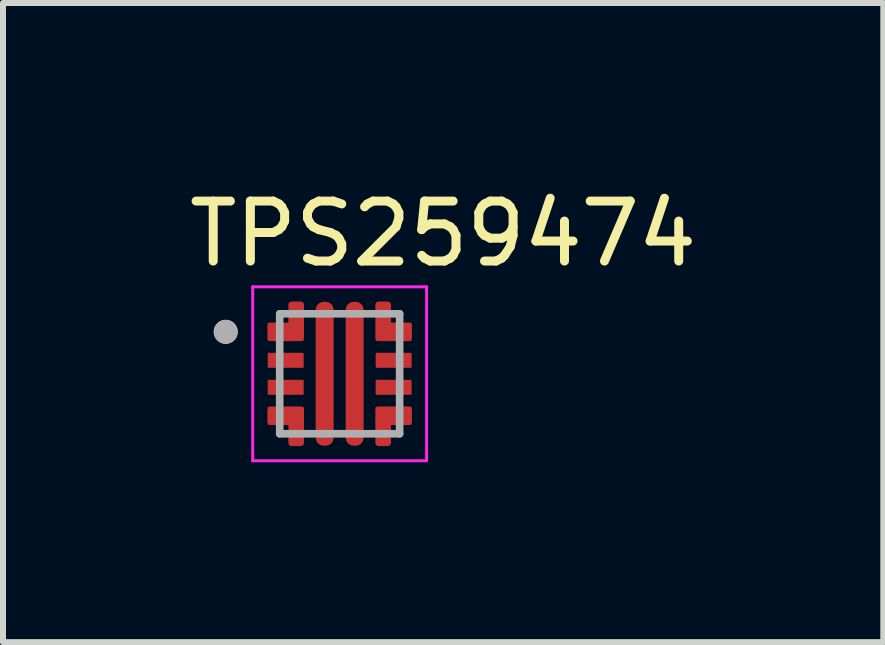
<source format=kicad_pcb>
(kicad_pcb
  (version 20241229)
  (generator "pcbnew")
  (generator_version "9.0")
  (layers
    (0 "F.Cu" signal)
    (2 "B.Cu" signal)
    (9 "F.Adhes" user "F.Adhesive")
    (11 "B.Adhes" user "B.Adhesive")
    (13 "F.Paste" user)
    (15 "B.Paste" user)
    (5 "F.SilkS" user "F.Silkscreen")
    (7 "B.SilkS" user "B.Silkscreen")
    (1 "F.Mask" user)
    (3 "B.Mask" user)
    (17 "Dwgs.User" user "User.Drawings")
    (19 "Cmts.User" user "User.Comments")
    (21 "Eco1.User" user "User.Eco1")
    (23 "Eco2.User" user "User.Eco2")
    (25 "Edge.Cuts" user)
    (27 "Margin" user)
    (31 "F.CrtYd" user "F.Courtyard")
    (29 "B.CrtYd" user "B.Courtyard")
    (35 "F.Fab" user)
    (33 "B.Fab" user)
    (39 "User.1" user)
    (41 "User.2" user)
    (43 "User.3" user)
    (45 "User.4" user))
  (footprint "TPS259474"
    (layer "F.Cu")
    (at 2.614 3.183)
    (property "Reference" "TPS259474" (at 1.725 -2.335 0) (layer "F.SilkS") (effects (font (size 1 1) (thickness 0.15))))
    (attr smd)
    (fp_poly (pts (xy -1.15 0.4) (xy -0.65 0.4) (xy -0.645 0.4) (xy -0.64 0.399) (xy -0.634 0.399) (xy -0.629 0.398) (xy -0.624 0.397) (xy -0.619 0.395) (xy -0.614 0.393) (xy -0.609 0.391) (xy -0.605 0.389) (xy -0.6 0.387) (xy -0.596 0.384) (xy -0.591 0.381) (xy -0.587 0.378) (xy -0.583 0.374) (xy -0.579 0.371) (xy -0.576 0.367) (xy -0.572 0.363) (xy -0.569 0.359) (xy -0.566 0.354) (xy -0.563 0.35) (xy -0.561 0.345) (xy -0.559 0.341) (xy -0.557 0.336) (xy -0.555 0.331) (xy -0.553 0.326) (xy -0.552 0.321) (xy -0.551 0.316) (xy -0.551 0.31) (xy -0.55 0.305) (xy -0.55 0.3) (xy -0.55 0.15) (xy -0.55 0.145) (xy -0.551 0.14) (xy -0.551 0.134) (xy -0.552 0.129) (xy -0.553 0.124) (xy -0.555 0.119) (xy -0.557 0.114) (xy -0.559 0.109) (xy -0.561 0.105) (xy -0.563 0.1) (xy -0.566 0.096) (xy -0.569 0.091) (xy -0.572 0.087) (xy -0.576 0.083) (xy -0.579 0.079) (xy -0.583 0.076) (xy -0.587 0.072) (xy -0.591 0.069) (xy -0.596 0.066) (xy -0.6 0.063) (xy -0.605 0.061) (xy -0.609 0.059) (xy -0.614 0.057) (xy -0.619 0.055) (xy -0.624 0.053) (xy -0.629 0.052) (xy -0.634 0.051) (xy -0.64 0.051) (xy -0.645 0.05) (xy -0.65 0.05) (xy -1.15 0.05) (xy -1.155 0.05) (xy -1.16 0.051) (xy -1.166 0.051) (xy -1.171 0.052) (xy -1.176 0.053) (xy -1.181 0.055) (xy -1.186 0.057) (xy -1.191 0.059) (xy -1.195 0.061) (xy -1.2 0.063) (xy -1.204 0.066) (xy -1.209 0.069) (xy -1.213 0.072) (xy -1.217 0.076) (xy -1.221 0.079) (xy -1.224 0.083) (xy -1.228 0.087) (xy -1.231 0.091) (xy -1.234 0.096) (xy -1.237 0.1) (xy -1.239 0.105) (xy -1.241 0.109) (xy -1.243 0.114) (xy -1.245 0.119) (xy -1.247 0.124) (xy -1.248 0.129) (xy -1.249 0.134) (xy -1.249 0.14) (xy -1.25 0.145) (xy -1.25 0.15) (xy -1.25 0.3) (xy -1.25 0.305) (xy -1.249 0.31) (xy -1.249 0.316) (xy -1.248 0.321) (xy -1.247 0.326) (xy -1.245 0.331) (xy -1.243 0.336) (xy -1.241 0.341) (xy -1.239 0.345) (xy -1.237 0.35) (xy -1.234 0.354) (xy -1.231 0.359) (xy -1.228 0.363) (xy -1.224 0.367) (xy -1.221 0.371) (xy -1.217 0.374) (xy -1.213 0.378) (xy -1.209 0.381) (xy -1.204 0.384) (xy -1.2 0.387) (xy -1.195 0.389) (xy -1.191 0.391) (xy -1.186 0.393) (xy -1.181 0.395) (xy -1.176 0.397) (xy -1.171 0.398) (xy -1.166 0.399) (xy -1.16 0.399) (xy -1.155 0.4) (xy -1.15 0.4)) (stroke (width 0.01) (type solid)) (fill yes) (layer "F.Mask"))
    (fp_poly (pts (xy -0.55 -0.15) (xy -0.55 -0.3) (xy -0.55 -0.305) (xy -0.551 -0.31) (xy -0.551 -0.316) (xy -0.552 -0.321) (xy -0.553 -0.326) (xy -0.555 -0.331) (xy -0.557 -0.336) (xy -0.559 -0.341) (xy -0.561 -0.345) (xy -0.563 -0.35) (xy -0.566 -0.354) (xy -0.569 -0.359) (xy -0.572 -0.363) (xy -0.576 -0.367) (xy -0.579 -0.371) (xy -0.583 -0.374) (xy -0.587 -0.378) (xy -0.591 -0.381) (xy -0.596 -0.384) (xy -0.6 -0.387) (xy -0.605 -0.389) (xy -0.609 -0.391) (xy -0.614 -0.393) (xy -0.619 -0.395) (xy -0.624 -0.397) (xy -0.629 -0.398) (xy -0.634 -0.399) (xy -0.64 -0.399) (xy -0.645 -0.4) (xy -0.65 -0.4) (xy -1.15 -0.4) (xy -1.155 -0.4) (xy -1.16 -0.399) (xy -1.166 -0.399) (xy -1.171 -0.398) (xy -1.176 -0.397) (xy -1.181 -0.395) (xy -1.186 -0.393) (xy -1.191 -0.391) (xy -1.195 -0.389) (xy -1.2 -0.387) (xy -1.204 -0.384) (xy -1.209 -0.381) (xy -1.213 -0.378) (xy -1.217 -0.374) (xy -1.221 -0.371) (xy -1.224 -0.367) (xy -1.228 -0.363) (xy -1.231 -0.359) (xy -1.234 -0.354) (xy -1.237 -0.35) (xy -1.239 -0.345) (xy -1.241 -0.341) (xy -1.243 -0.336) (xy -1.245 -0.331) (xy -1.247 -0.326) (xy -1.248 -0.321) (xy -1.249 -0.316) (xy -1.249 -0.31) (xy -1.25 -0.305) (xy -1.25 -0.3) (xy -1.25 -0.15) (xy -1.25 -0.145) (xy -1.249 -0.14) (xy -1.249 -0.134) (xy -1.248 -0.129) (xy -1.247 -0.124) (xy -1.245 -0.119) (xy -1.243 -0.114) (xy -1.241 -0.109) (xy -1.239 -0.105) (xy -1.237 -0.1) (xy -1.234 -0.096) (xy -1.231 -0.091) (xy -1.228 -0.087) (xy -1.224 -0.083) (xy -1.221 -0.079) (xy -1.217 -0.076) (xy -1.213 -0.072) (xy -1.209 -0.069) (xy -1.204 -0.066) (xy -1.2 -0.063) (xy -1.195 -0.061) (xy -1.191 -0.059) (xy -1.186 -0.057) (xy -1.181 -0.055) (xy -1.176 -0.053) (xy -1.171 -0.052) (xy -1.166 -0.051) (xy -1.16 -0.051) (xy -1.155 -0.05) (xy -1.15 -0.05) (xy -0.65 -0.05) (xy -0.645 -0.05) (xy -0.64 -0.051) (xy -0.634 -0.051) (xy -0.629 -0.052) (xy -0.624 -0.053) (xy -0.619 -0.055) (xy -0.614 -0.057) (xy -0.609 -0.059) (xy -0.605 -0.061) (xy -0.6 -0.063) (xy -0.596 -0.066) (xy -0.591 -0.069) (xy -0.587 -0.072) (xy -0.583 -0.076) (xy -0.579 -0.079) (xy -0.576 -0.083) (xy -0.572 -0.087) (xy -0.569 -0.091) (xy -0.566 -0.096) (xy -0.563 -0.1) (xy -0.561 -0.105) (xy -0.559 -0.109) (xy -0.557 -0.114) (xy -0.555 -0.119) (xy -0.553 -0.124) (xy -0.552 -0.129) (xy -0.551 -0.134) (xy -0.551 -0.14) (xy -0.55 -0.145) (xy -0.55 -0.15)) (stroke (width 0.01) (type solid)) (fill yes) (layer "F.Mask"))
    (fp_poly (pts (xy -0.45 -1.15) (xy -0.45 1.15) (xy -0.45 1.155) (xy -0.449 1.16) (xy -0.449 1.166) (xy -0.448 1.171) (xy -0.447 1.176) (xy -0.445 1.181) (xy -0.443 1.186) (xy -0.441 1.191) (xy -0.439 1.195) (xy -0.437 1.2) (xy -0.434 1.204) (xy -0.431 1.209) (xy -0.428 1.213) (xy -0.424 1.217) (xy -0.421 1.221) (xy -0.417 1.224) (xy -0.413 1.228) (xy -0.409 1.231) (xy -0.404 1.234) (xy -0.4 1.237) (xy -0.395 1.239) (xy -0.391 1.241) (xy -0.386 1.243) (xy -0.381 1.245) (xy -0.376 1.247) (xy -0.371 1.248) (xy -0.366 1.249) (xy -0.36 1.249) (xy -0.355 1.25) (xy -0.35 1.25) (xy -0.15 1.25) (xy -0.145 1.25) (xy -0.14 1.249) (xy -0.134 1.249) (xy -0.129 1.248) (xy -0.124 1.247) (xy -0.119 1.245) (xy -0.114 1.243) (xy -0.109 1.241) (xy -0.105 1.239) (xy -0.1 1.237) (xy -0.096 1.234) (xy -0.091 1.231) (xy -0.087 1.228) (xy -0.083 1.224) (xy -0.079 1.221) (xy -0.076 1.217) (xy -0.072 1.213) (xy -0.069 1.209) (xy -0.066 1.204) (xy -0.063 1.2) (xy -0.061 1.195) (xy -0.059 1.191) (xy -0.057 1.186) (xy -0.055 1.181) (xy -0.053 1.176) (xy -0.052 1.171) (xy -0.051 1.166) (xy -0.051 1.16) (xy -0.05 1.155) (xy -0.05 1.15) (xy -0.05 -1.15) (xy -0.05 -1.155) (xy -0.051 -1.16) (xy -0.051 -1.166) (xy -0.052 -1.171) (xy -0.053 -1.176) (xy -0.055 -1.181) (xy -0.057 -1.186) (xy -0.059 -1.191) (xy -0.061 -1.195) (xy -0.063 -1.2) (xy -0.066 -1.204) (xy -0.069 -1.209) (xy -0.072 -1.213) (xy -0.076 -1.217) (xy -0.079 -1.221) (xy -0.083 -1.224) (xy -0.087 -1.228) (xy -0.091 -1.231) (xy -0.096 -1.234) (xy -0.1 -1.237) (xy -0.105 -1.239) (xy -0.109 -1.241) (xy -0.114 -1.243) (xy -0.119 -1.245) (xy -0.124 -1.247) (xy -0.129 -1.248) (xy -0.134 -1.249) (xy -0.14 -1.249) (xy -0.145 -1.25) (xy -0.15 -1.25) (xy -0.35 -1.25) (xy -0.355 -1.25) (xy -0.36 -1.249) (xy -0.366 -1.249) (xy -0.371 -1.248) (xy -0.376 -1.247) (xy -0.381 -1.245) (xy -0.386 -1.243) (xy -0.391 -1.241) (xy -0.395 -1.239) (xy -0.4 -1.237) (xy -0.404 -1.234) (xy -0.409 -1.231) (xy -0.413 -1.228) (xy -0.417 -1.224) (xy -0.421 -1.221) (xy -0.424 -1.217) (xy -0.428 -1.213) (xy -0.431 -1.209) (xy -0.434 -1.204) (xy -0.437 -1.2) (xy -0.439 -1.195) (xy -0.441 -1.191) (xy -0.443 -1.186) (xy -0.445 -1.181) (xy -0.447 -1.176) (xy -0.448 -1.171) (xy -0.449 -1.166) (xy -0.449 -1.16) (xy -0.45 -1.155) (xy -0.45 -1.15)) (stroke (width 0.01) (type solid)) (fill yes) (layer "F.Mask"))
    (fp_poly (pts (xy 0.45 1.15) (xy 0.45 -1.15) (xy 0.45 -1.155) (xy 0.449 -1.16) (xy 0.449 -1.166) (xy 0.448 -1.171) (xy 0.447 -1.176) (xy 0.445 -1.181) (xy 0.443 -1.186) (xy 0.441 -1.191) (xy 0.439 -1.195) (xy 0.437 -1.2) (xy 0.434 -1.204) (xy 0.431 -1.209) (xy 0.428 -1.213) (xy 0.424 -1.217) (xy 0.421 -1.221) (xy 0.417 -1.224) (xy 0.413 -1.228) (xy 0.409 -1.231) (xy 0.404 -1.234) (xy 0.4 -1.237) (xy 0.395 -1.239) (xy 0.391 -1.241) (xy 0.386 -1.243) (xy 0.381 -1.245) (xy 0.376 -1.247) (xy 0.371 -1.248) (xy 0.366 -1.249) (xy 0.36 -1.249) (xy 0.355 -1.25) (xy 0.35 -1.25) (xy 0.15 -1.25) (xy 0.145 -1.25) (xy 0.14 -1.249) (xy 0.134 -1.249) (xy 0.129 -1.248) (xy 0.124 -1.247) (xy 0.119 -1.245) (xy 0.114 -1.243) (xy 0.109 -1.241) (xy 0.105 -1.239) (xy 0.1 -1.237) (xy 0.096 -1.234) (xy 0.091 -1.231) (xy 0.087 -1.228) (xy 0.083 -1.224) (xy 0.079 -1.221) (xy 0.076 -1.217) (xy 0.072 -1.213) (xy 0.069 -1.209) (xy 0.066 -1.204) (xy 0.063 -1.2) (xy 0.061 -1.195) (xy 0.059 -1.191) (xy 0.057 -1.186) (xy 0.055 -1.181) (xy 0.053 -1.176) (xy 0.052 -1.171) (xy 0.051 -1.166) (xy 0.051 -1.16) (xy 0.05 -1.155) (xy 0.05 -1.15) (xy 0.05 1.15) (xy 0.05 1.155) (xy 0.051 1.16) (xy 0.051 1.166) (xy 0.052 1.171) (xy 0.053 1.176) (xy 0.055 1.181) (xy 0.057 1.186) (xy 0.059 1.191) (xy 0.061 1.195) (xy 0.063 1.2) (xy 0.066 1.204) (xy 0.069 1.209) (xy 0.072 1.213) (xy 0.076 1.217) (xy 0.079 1.221) (xy 0.083 1.224) (xy 0.087 1.228) (xy 0.091 1.231) (xy 0.096 1.234) (xy 0.1 1.237) (xy 0.105 1.239) (xy 0.109 1.241) (xy 0.114 1.243) (xy 0.119 1.245) (xy 0.124 1.247) (xy 0.129 1.248) (xy 0.134 1.249) (xy 0.14 1.249) (xy 0.145 1.25) (xy 0.15 1.25) (xy 0.35 1.25) (xy 0.355 1.25) (xy 0.36 1.249) (xy 0.366 1.249) (xy 0.371 1.248) (xy 0.376 1.247) (xy 0.381 1.245) (xy 0.386 1.243) (xy 0.391 1.241) (xy 0.395 1.239) (xy 0.4 1.237) (xy 0.404 1.234) (xy 0.409 1.231) (xy 0.413 1.228) (xy 0.417 1.224) (xy 0.421 1.221) (xy 0.424 1.217) (xy 0.428 1.213) (xy 0.431 1.209) (xy 0.434 1.204) (xy 0.437 1.2) (xy 0.439 1.195) (xy 0.441 1.191) (xy 0.443 1.186) (xy 0.445 1.181) (xy 0.447 1.176) (xy 0.448 1.171) (xy 0.449 1.166) (xy 0.449 1.16) (xy 0.45 1.155) (xy 0.45 1.15)) (stroke (width 0.01) (type solid)) (fill yes) (layer "F.Mask"))
    (fp_poly (pts (xy 0.55 0.15) (xy 0.55 0.3) (xy 0.55 0.305) (xy 0.551 0.31) (xy 0.551 0.316) (xy 0.552 0.321) (xy 0.553 0.326) (xy 0.555 0.331) (xy 0.557 0.336) (xy 0.559 0.341) (xy 0.561 0.345) (xy 0.563 0.35) (xy 0.566 0.354) (xy 0.569 0.359) (xy 0.572 0.363) (xy 0.576 0.367) (xy 0.579 0.371) (xy 0.583 0.374) (xy 0.587 0.378) (xy 0.591 0.381) (xy 0.596 0.384) (xy 0.6 0.387) (xy 0.605 0.389) (xy 0.609 0.391) (xy 0.614 0.393) (xy 0.619 0.395) (xy 0.624 0.397) (xy 0.629 0.398) (xy 0.634 0.399) (xy 0.64 0.399) (xy 0.645 0.4) (xy 0.65 0.4) (xy 1.15 0.4) (xy 1.155 0.4) (xy 1.16 0.399) (xy 1.166 0.399) (xy 1.171 0.398) (xy 1.176 0.397) (xy 1.181 0.395) (xy 1.186 0.393) (xy 1.191 0.391) (xy 1.195 0.389) (xy 1.2 0.387) (xy 1.204 0.384) (xy 1.209 0.381) (xy 1.213 0.378) (xy 1.217 0.374) (xy 1.221 0.371) (xy 1.224 0.367) (xy 1.228 0.363) (xy 1.231 0.359) (xy 1.234 0.354) (xy 1.237 0.35) (xy 1.239 0.345) (xy 1.241 0.341) (xy 1.243 0.336) (xy 1.245 0.331) (xy 1.247 0.326) (xy 1.248 0.321) (xy 1.249 0.316) (xy 1.249 0.31) (xy 1.25 0.305) (xy 1.25 0.3) (xy 1.25 0.15) (xy 1.25 0.145) (xy 1.249 0.14) (xy 1.249 0.134) (xy 1.248 0.129) (xy 1.247 0.124) (xy 1.245 0.119) (xy 1.243 0.114) (xy 1.241 0.109) (xy 1.239 0.105) (xy 1.237 0.1) (xy 1.234 0.096) (xy 1.231 0.091) (xy 1.228 0.087) (xy 1.224 0.083) (xy 1.221 0.079) (xy 1.217 0.076) (xy 1.213 0.072) (xy 1.209 0.069) (xy 1.204 0.066) (xy 1.2 0.063) (xy 1.195 0.061) (xy 1.191 0.059) (xy 1.186 0.057) (xy 1.181 0.055) (xy 1.176 0.053) (xy 1.171 0.052) (xy 1.166 0.051) (xy 1.16 0.051) (xy 1.155 0.05) (xy 1.15 0.05) (xy 0.65 0.05) (xy 0.645 0.05) (xy 0.64 0.051) (xy 0.634 0.051) (xy 0.629 0.052) (xy 0.624 0.053) (xy 0.619 0.055) (xy 0.614 0.057) (xy 0.609 0.059) (xy 0.605 0.061) (xy 0.6 0.063) (xy 0.596 0.066) (xy 0.591 0.069) (xy 0.587 0.072) (xy 0.583 0.076) (xy 0.579 0.079) (xy 0.576 0.083) (xy 0.572 0.087) (xy 0.569 0.091) (xy 0.566 0.096) (xy 0.563 0.1) (xy 0.561 0.105) (xy 0.559 0.109) (xy 0.557 0.114) (xy 0.555 0.119) (xy 0.553 0.124) (xy 0.552 0.129) (xy 0.551 0.134) (xy 0.551 0.14) (xy 0.55 0.145) (xy 0.55 0.15)) (stroke (width 0.01) (type solid)) (fill yes) (layer "F.Mask"))
    (fp_poly (pts (xy 1.15 -0.4) (xy 0.65 -0.4) (xy 0.645 -0.4) (xy 0.64 -0.399) (xy 0.634 -0.399) (xy 0.629 -0.398) (xy 0.624 -0.397) (xy 0.619 -0.395) (xy 0.614 -0.393) (xy 0.609 -0.391) (xy 0.605 -0.389) (xy 0.6 -0.387) (xy 0.596 -0.384) (xy 0.591 -0.381) (xy 0.587 -0.378) (xy 0.583 -0.374) (xy 0.579 -0.371) (xy 0.576 -0.367) (xy 0.572 -0.363) (xy 0.569 -0.359) (xy 0.566 -0.354) (xy 0.563 -0.35) (xy 0.561 -0.345) (xy 0.559 -0.341) (xy 0.557 -0.336) (xy 0.555 -0.331) (xy 0.553 -0.326) (xy 0.552 -0.321) (xy 0.551 -0.316) (xy 0.551 -0.31) (xy 0.55 -0.305) (xy 0.55 -0.3) (xy 0.55 -0.15) (xy 0.55 -0.145) (xy 0.551 -0.14) (xy 0.551 -0.134) (xy 0.552 -0.129) (xy 0.553 -0.124) (xy 0.555 -0.119) (xy 0.557 -0.114) (xy 0.559 -0.109) (xy 0.561 -0.105) (xy 0.563 -0.1) (xy 0.566 -0.096) (xy 0.569 -0.091) (xy 0.572 -0.087) (xy 0.576 -0.083) (xy 0.579 -0.079) (xy 0.583 -0.076) (xy 0.587 -0.072) (xy 0.591 -0.069) (xy 0.596 -0.066) (xy 0.6 -0.063) (xy 0.605 -0.061) (xy 0.609 -0.059) (xy 0.614 -0.057) (xy 0.619 -0.055) (xy 0.624 -0.053) (xy 0.629 -0.052) (xy 0.634 -0.051) (xy 0.64 -0.051) (xy 0.645 -0.05) (xy 0.65 -0.05) (xy 1.15 -0.05) (xy 1.155 -0.05) (xy 1.16 -0.051) (xy 1.166 -0.051) (xy 1.171 -0.052) (xy 1.176 -0.053) (xy 1.181 -0.055) (xy 1.186 -0.057) (xy 1.191 -0.059) (xy 1.195 -0.061) (xy 1.2 -0.063) (xy 1.204 -0.066) (xy 1.209 -0.069) (xy 1.213 -0.072) (xy 1.217 -0.076) (xy 1.221 -0.079) (xy 1.224 -0.083) (xy 1.228 -0.087) (xy 1.231 -0.091) (xy 1.234 -0.096) (xy 1.237 -0.1) (xy 1.239 -0.105) (xy 1.241 -0.109) (xy 1.243 -0.114) (xy 1.245 -0.119) (xy 1.247 -0.124) (xy 1.248 -0.129) (xy 1.249 -0.134) (xy 1.249 -0.14) (xy 1.25 -0.145) (xy 1.25 -0.15) (xy 1.25 -0.3) (xy 1.25 -0.305) (xy 1.249 -0.31) (xy 1.249 -0.316) (xy 1.248 -0.321) (xy 1.247 -0.326) (xy 1.245 -0.331) (xy 1.243 -0.336) (xy 1.241 -0.341) (xy 1.239 -0.345) (xy 1.237 -0.35) (xy 1.234 -0.354) (xy 1.231 -0.359) (xy 1.228 -0.363) (xy 1.224 -0.367) (xy 1.221 -0.371) (xy 1.217 -0.374) (xy 1.213 -0.378) (xy 1.209 -0.381) (xy 1.204 -0.384) (xy 1.2 -0.387) (xy 1.195 -0.389) (xy 1.191 -0.391) (xy 1.186 -0.393) (xy 1.181 -0.395) (xy 1.176 -0.397) (xy 1.171 -0.398) (xy 1.166 -0.399) (xy 1.16 -0.399) (xy 1.155 -0.4) (xy 1.15 -0.4)) (stroke (width 0.01) (type solid)) (fill yes) (layer "F.Mask"))
    (fp_poly (pts (xy -0.9 -0.9) (xy -1.15 -0.9) (xy -1.155 -0.9) (xy -1.16 -0.899) (xy -1.166 -0.899) (xy -1.171 -0.898) (xy -1.176 -0.897) (xy -1.181 -0.895) (xy -1.186 -0.893) (xy -1.191 -0.891) (xy -1.195 -0.889) (xy -1.2 -0.887) (xy -1.204 -0.884) (xy -1.209 -0.881) (xy -1.213 -0.878) (xy -1.217 -0.874) (xy -1.221 -0.871) (xy -1.224 -0.867) (xy -1.228 -0.863) (xy -1.231 -0.859) (xy -1.234 -0.854) (xy -1.237 -0.85) (xy -1.239 -0.845) (xy -1.241 -0.841) (xy -1.243 -0.836) (xy -1.245 -0.831) (xy -1.247 -0.826) (xy -1.248 -0.821) (xy -1.249 -0.816) (xy -1.249 -0.81) (xy -1.25 -0.805) (xy -1.25 -0.8) (xy -1.25 -0.6) (xy -1.25 -0.595) (xy -1.249 -0.59) (xy -1.249 -0.584) (xy -1.248 -0.579) (xy -1.247 -0.574) (xy -1.245 -0.569) (xy -1.243 -0.564) (xy -1.241 -0.559) (xy -1.239 -0.555) (xy -1.237 -0.55) (xy -1.234 -0.546) (xy -1.231 -0.541) (xy -1.228 -0.537) (xy -1.224 -0.533) (xy -1.221 -0.529) (xy -1.217 -0.526) (xy -1.213 -0.522) (xy -1.209 -0.519) (xy -1.204 -0.516) (xy -1.2 -0.513) (xy -1.195 -0.511) (xy -1.191 -0.509) (xy -1.186 -0.507) (xy -1.181 -0.505) (xy -1.176 -0.503) (xy -1.171 -0.502) (xy -1.166 -0.501) (xy -1.16 -0.501) (xy -1.155 -0.5) (xy -1.15 -0.5) (xy -0.65 -0.5) (xy -0.645 -0.5) (xy -0.64 -0.501) (xy -0.634 -0.501) (xy -0.629 -0.502) (xy -0.624 -0.503) (xy -0.619 -0.505) (xy -0.614 -0.507) (xy -0.609 -0.509) (xy -0.605 -0.511) (xy -0.6 -0.513) (xy -0.596 -0.516) (xy -0.591 -0.519) (xy -0.587 -0.522) (xy -0.583 -0.526) (xy -0.579 -0.529) (xy -0.576 -0.533) (xy -0.572 -0.537) (xy -0.569 -0.541) (xy -0.566 -0.546) (xy -0.563 -0.55) (xy -0.561 -0.555) (xy -0.559 -0.559) (xy -0.557 -0.564) (xy -0.555 -0.569) (xy -0.553 -0.574) (xy -0.552 -0.579) (xy -0.551 -0.584) (xy -0.551 -0.59) (xy -0.55 -0.595) (xy -0.55 -0.6) (xy -0.55 -1.15) (xy -0.55 -1.155) (xy -0.551 -1.16) (xy -0.551 -1.166) (xy -0.552 -1.171) (xy -0.553 -1.176) (xy -0.555 -1.181) (xy -0.557 -1.186) (xy -0.559 -1.191) (xy -0.561 -1.195) (xy -0.563 -1.2) (xy -0.566 -1.204) (xy -0.569 -1.209) (xy -0.572 -1.213) (xy -0.576 -1.217) (xy -0.579 -1.221) (xy -0.583 -1.224) (xy -0.587 -1.228) (xy -0.591 -1.231) (xy -0.596 -1.234) (xy -0.6 -1.237) (xy -0.605 -1.239) (xy -0.609 -1.241) (xy -0.614 -1.243) (xy -0.619 -1.245) (xy -0.624 -1.247) (xy -0.629 -1.248) (xy -0.634 -1.249) (xy -0.64 -1.249) (xy -0.645 -1.25) (xy -0.65 -1.25) (xy -0.8 -1.25) (xy -0.805 -1.25) (xy -0.81 -1.249) (xy -0.816 -1.249) (xy -0.821 -1.248) (xy -0.826 -1.247) (xy -0.831 -1.245) (xy -0.836 -1.243) (xy -0.841 -1.241) (xy -0.845 -1.239) (xy -0.85 -1.237) (xy -0.854 -1.234) (xy -0.859 -1.231) (xy -0.863 -1.228) (xy -0.867 -1.224) (xy -0.871 -1.221) (xy -0.874 -1.217) (xy -0.878 -1.213) (xy -0.881 -1.209) (xy -0.884 -1.204) (xy -0.887 -1.2) (xy -0.889 -1.195) (xy -0.891 -1.191) (xy -0.893 -1.186) (xy -0.895 -1.181) (xy -0.897 -1.176) (xy -0.898 -1.171) (xy -0.899 -1.166) (xy -0.899 -1.16) (xy -0.9 -1.155) (xy -0.9 -1.15) (xy -0.9 -0.9)) (stroke (width 0.01) (type solid)) (fill yes) (layer "F.Mask"))
    (fp_poly (pts (xy -0.9 0.9) (xy -0.9 1.15) (xy -0.9 1.155) (xy -0.899 1.16) (xy -0.899 1.166) (xy -0.898 1.171) (xy -0.897 1.176) (xy -0.895 1.181) (xy -0.893 1.186) (xy -0.891 1.191) (xy -0.889 1.195) (xy -0.887 1.2) (xy -0.884 1.204) (xy -0.881 1.209) (xy -0.878 1.213) (xy -0.874 1.217) (xy -0.871 1.221) (xy -0.867 1.224) (xy -0.863 1.228) (xy -0.859 1.231) (xy -0.854 1.234) (xy -0.85 1.237) (xy -0.845 1.239) (xy -0.841 1.241) (xy -0.836 1.243) (xy -0.831 1.245) (xy -0.826 1.247) (xy -0.821 1.248) (xy -0.816 1.249) (xy -0.81 1.249) (xy -0.805 1.25) (xy -0.8 1.25) (xy -0.65 1.25) (xy -0.645 1.25) (xy -0.64 1.249) (xy -0.634 1.249) (xy -0.629 1.248) (xy -0.624 1.247) (xy -0.619 1.245) (xy -0.614 1.243) (xy -0.609 1.241) (xy -0.605 1.239) (xy -0.6 1.237) (xy -0.596 1.234) (xy -0.591 1.231) (xy -0.587 1.228) (xy -0.583 1.224) (xy -0.579 1.221) (xy -0.576 1.217) (xy -0.572 1.213) (xy -0.569 1.209) (xy -0.566 1.204) (xy -0.563 1.2) (xy -0.561 1.195) (xy -0.559 1.191) (xy -0.557 1.186) (xy -0.555 1.181) (xy -0.553 1.176) (xy -0.552 1.171) (xy -0.551 1.166) (xy -0.551 1.16) (xy -0.55 1.155) (xy -0.55 1.15) (xy -0.55 0.6) (xy -0.55 0.595) (xy -0.551 0.59) (xy -0.551 0.584) (xy -0.552 0.579) (xy -0.553 0.574) (xy -0.555 0.569) (xy -0.557 0.564) (xy -0.559 0.559) (xy -0.561 0.555) (xy -0.563 0.55) (xy -0.566 0.546) (xy -0.569 0.541) (xy -0.572 0.537) (xy -0.576 0.533) (xy -0.579 0.529) (xy -0.583 0.526) (xy -0.587 0.522) (xy -0.591 0.519) (xy -0.596 0.516) (xy -0.6 0.513) (xy -0.605 0.511) (xy -0.609 0.509) (xy -0.614 0.507) (xy -0.619 0.505) (xy -0.624 0.503) (xy -0.629 0.502) (xy -0.634 0.501) (xy -0.64 0.501) (xy -0.645 0.5) (xy -0.65 0.5) (xy -1.15 0.5) (xy -1.155 0.5) (xy -1.16 0.501) (xy -1.166 0.501) (xy -1.171 0.502) (xy -1.176 0.503) (xy -1.181 0.505) (xy -1.186 0.507) (xy -1.191 0.509) (xy -1.195 0.511) (xy -1.2 0.513) (xy -1.204 0.516) (xy -1.209 0.519) (xy -1.213 0.522) (xy -1.217 0.526) (xy -1.221 0.529) (xy -1.224 0.533) (xy -1.228 0.537) (xy -1.231 0.541) (xy -1.234 0.546) (xy -1.237 0.55) (xy -1.239 0.555) (xy -1.241 0.559) (xy -1.243 0.564) (xy -1.245 0.569) (xy -1.247 0.574) (xy -1.248 0.579) (xy -1.249 0.584) (xy -1.249 0.59) (xy -1.25 0.595) (xy -1.25 0.6) (xy -1.25 0.8) (xy -1.25 0.805) (xy -1.249 0.81) (xy -1.249 0.816) (xy -1.248 0.821) (xy -1.247 0.826) (xy -1.245 0.831) (xy -1.243 0.836) (xy -1.241 0.841) (xy -1.239 0.845) (xy -1.237 0.85) (xy -1.234 0.854) (xy -1.231 0.859) (xy -1.228 0.863) (xy -1.224 0.867) (xy -1.221 0.871) (xy -1.217 0.874) (xy -1.213 0.878) (xy -1.209 0.881) (xy -1.204 0.884) (xy -1.2 0.887) (xy -1.195 0.889) (xy -1.191 0.891) (xy -1.186 0.893) (xy -1.181 0.895) (xy -1.176 0.897) (xy -1.171 0.898) (xy -1.166 0.899) (xy -1.16 0.899) (xy -1.155 0.9) (xy -1.15 0.9) (xy -0.9 0.9)) (stroke (width 0.01) (type solid)) (fill yes) (layer "F.Mask"))
    (fp_poly (pts (xy 0.9 -0.9) (xy 0.9 -1.15) (xy 0.9 -1.155) (xy 0.899 -1.16) (xy 0.899 -1.166) (xy 0.898 -1.171) (xy 0.897 -1.176) (xy 0.895 -1.181) (xy 0.893 -1.186) (xy 0.891 -1.191) (xy 0.889 -1.195) (xy 0.887 -1.2) (xy 0.884 -1.204) (xy 0.881 -1.209) (xy 0.878 -1.213) (xy 0.874 -1.217) (xy 0.871 -1.221) (xy 0.867 -1.224) (xy 0.863 -1.228) (xy 0.859 -1.231) (xy 0.854 -1.234) (xy 0.85 -1.237) (xy 0.845 -1.239) (xy 0.841 -1.241) (xy 0.836 -1.243) (xy 0.831 -1.245) (xy 0.826 -1.247) (xy 0.821 -1.248) (xy 0.816 -1.249) (xy 0.81 -1.249) (xy 0.805 -1.25) (xy 0.8 -1.25) (xy 0.65 -1.25) (xy 0.645 -1.25) (xy 0.64 -1.249) (xy 0.634 -1.249) (xy 0.629 -1.248) (xy 0.624 -1.247) (xy 0.619 -1.245) (xy 0.614 -1.243) (xy 0.609 -1.241) (xy 0.605 -1.239) (xy 0.6 -1.237) (xy 0.596 -1.234) (xy 0.591 -1.231) (xy 0.587 -1.228) (xy 0.583 -1.224) (xy 0.579 -1.221) (xy 0.576 -1.217) (xy 0.572 -1.213) (xy 0.569 -1.209) (xy 0.566 -1.204) (xy 0.563 -1.2) (xy 0.561 -1.195) (xy 0.559 -1.191) (xy 0.557 -1.186) (xy 0.555 -1.181) (xy 0.553 -1.176) (xy 0.552 -1.171) (xy 0.551 -1.166) (xy 0.551 -1.16) (xy 0.55 -1.155) (xy 0.55 -1.15) (xy 0.55 -0.6) (xy 0.55 -0.595) (xy 0.551 -0.59) (xy 0.551 -0.584) (xy 0.552 -0.579) (xy 0.553 -0.574) (xy 0.555 -0.569) (xy 0.557 -0.564) (xy 0.559 -0.559) (xy 0.561 -0.555) (xy 0.563 -0.55) (xy 0.566 -0.546) (xy 0.569 -0.541) (xy 0.572 -0.537) (xy 0.576 -0.533) (xy 0.579 -0.529) (xy 0.583 -0.526) (xy 0.587 -0.522) (xy 0.591 -0.519) (xy 0.596 -0.516) (xy 0.6 -0.513) (xy 0.605 -0.511) (xy 0.609 -0.509) (xy 0.614 -0.507) (xy 0.619 -0.505) (xy 0.624 -0.503) (xy 0.629 -0.502) (xy 0.634 -0.501) (xy 0.64 -0.501) (xy 0.645 -0.5) (xy 0.65 -0.5) (xy 1.15 -0.5) (xy 1.155 -0.5) (xy 1.16 -0.501) (xy 1.166 -0.501) (xy 1.171 -0.502) (xy 1.176 -0.503) (xy 1.181 -0.505) (xy 1.186 -0.507) (xy 1.191 -0.509) (xy 1.195 -0.511) (xy 1.2 -0.513) (xy 1.204 -0.516) (xy 1.209 -0.519) (xy 1.213 -0.522) (xy 1.217 -0.526) (xy 1.221 -0.529) (xy 1.224 -0.533) (xy 1.228 -0.537) (xy 1.231 -0.541) (xy 1.234 -0.546) (xy 1.237 -0.55) (xy 1.239 -0.555) (xy 1.241 -0.559) (xy 1.243 -0.564) (xy 1.245 -0.569) (xy 1.247 -0.574) (xy 1.248 -0.579) (xy 1.249 -0.584) (xy 1.249 -0.59) (xy 1.25 -0.595) (xy 1.25 -0.6) (xy 1.25 -0.8) (xy 1.25 -0.805) (xy 1.249 -0.81) (xy 1.249 -0.816) (xy 1.248 -0.821) (xy 1.247 -0.826) (xy 1.245 -0.831) (xy 1.243 -0.836) (xy 1.241 -0.841) (xy 1.239 -0.845) (xy 1.237 -0.85) (xy 1.234 -0.854) (xy 1.231 -0.859) (xy 1.228 -0.863) (xy 1.224 -0.867) (xy 1.221 -0.871) (xy 1.217 -0.874) (xy 1.213 -0.878) (xy 1.209 -0.881) (xy 1.204 -0.884) (xy 1.2 -0.887) (xy 1.195 -0.889) (xy 1.191 -0.891) (xy 1.186 -0.893) (xy 1.181 -0.895) (xy 1.176 -0.897) (xy 1.171 -0.898) (xy 1.166 -0.899) (xy 1.16 -0.899) (xy 1.155 -0.9) (xy 1.15 -0.9) (xy 0.9 -0.9)) (stroke (width 0.01) (type solid)) (fill yes) (layer "F.Mask"))
    (fp_poly (pts (xy 0.9 0.9) (xy 1.15 0.9) (xy 1.155 0.9) (xy 1.16 0.899) (xy 1.166 0.899) (xy 1.171 0.898) (xy 1.176 0.897) (xy 1.181 0.895) (xy 1.186 0.893) (xy 1.191 0.891) (xy 1.195 0.889) (xy 1.2 0.887) (xy 1.204 0.884) (xy 1.209 0.881) (xy 1.213 0.878) (xy 1.217 0.874) (xy 1.221 0.871) (xy 1.224 0.867) (xy 1.228 0.863) (xy 1.231 0.859) (xy 1.234 0.854) (xy 1.237 0.85) (xy 1.239 0.845) (xy 1.241 0.841) (xy 1.243 0.836) (xy 1.245 0.831) (xy 1.247 0.826) (xy 1.248 0.821) (xy 1.249 0.816) (xy 1.249 0.81) (xy 1.25 0.805) (xy 1.25 0.8) (xy 1.25 0.6) (xy 1.25 0.595) (xy 1.249 0.59) (xy 1.249 0.584) (xy 1.248 0.579) (xy 1.247 0.574) (xy 1.245 0.569) (xy 1.243 0.564) (xy 1.241 0.559) (xy 1.239 0.555) (xy 1.237 0.55) (xy 1.234 0.546) (xy 1.231 0.541) (xy 1.228 0.537) (xy 1.224 0.533) (xy 1.221 0.529) (xy 1.217 0.526) (xy 1.213 0.522) (xy 1.209 0.519) (xy 1.204 0.516) (xy 1.2 0.513) (xy 1.195 0.511) (xy 1.191 0.509) (xy 1.186 0.507) (xy 1.181 0.505) (xy 1.176 0.503) (xy 1.171 0.502) (xy 1.166 0.501) (xy 1.16 0.501) (xy 1.155 0.5) (xy 1.15 0.5) (xy 0.65 0.5) (xy 0.645 0.5) (xy 0.64 0.501) (xy 0.634 0.501) (xy 0.629 0.502) (xy 0.624 0.503) (xy 0.619 0.505) (xy 0.614 0.507) (xy 0.609 0.509) (xy 0.605 0.511) (xy 0.6 0.513) (xy 0.596 0.516) (xy 0.591 0.519) (xy 0.587 0.522) (xy 0.583 0.526) (xy 0.579 0.529) (xy 0.576 0.533) (xy 0.572 0.537) (xy 0.569 0.541) (xy 0.566 0.546) (xy 0.563 0.55) (xy 0.561 0.555) (xy 0.559 0.559) (xy 0.557 0.564) (xy 0.555 0.569) (xy 0.553 0.574) (xy 0.552 0.579) (xy 0.551 0.584) (xy 0.551 0.59) (xy 0.55 0.595) (xy 0.55 0.6) (xy 0.55 1.15) (xy 0.55 1.155) (xy 0.551 1.16) (xy 0.551 1.166) (xy 0.552 1.171) (xy 0.553 1.176) (xy 0.555 1.181) (xy 0.557 1.186) (xy 0.559 1.191) (xy 0.561 1.195) (xy 0.563 1.2) (xy 0.566 1.204) (xy 0.569 1.209) (xy 0.572 1.213) (xy 0.576 1.217) (xy 0.579 1.221) (xy 0.583 1.224) (xy 0.587 1.228) (xy 0.591 1.231) (xy 0.596 1.234) (xy 0.6 1.237) (xy 0.605 1.239) (xy 0.609 1.241) (xy 0.614 1.243) (xy 0.619 1.245) (xy 0.624 1.247) (xy 0.629 1.248) (xy 0.634 1.249) (xy 0.64 1.249) (xy 0.645 1.25) (xy 0.65 1.25) (xy 0.8 1.25) (xy 0.805 1.25) (xy 0.81 1.249) (xy 0.816 1.249) (xy 0.821 1.248) (xy 0.826 1.247) (xy 0.831 1.245) (xy 0.836 1.243) (xy 0.841 1.241) (xy 0.845 1.239) (xy 0.85 1.237) (xy 0.854 1.234) (xy 0.859 1.231) (xy 0.863 1.228) (xy 0.867 1.224) (xy 0.871 1.221) (xy 0.874 1.217) (xy 0.878 1.213) (xy 0.881 1.209) (xy 0.884 1.204) (xy 0.887 1.2) (xy 0.889 1.195) (xy 0.891 1.191) (xy 0.893 1.186) (xy 0.895 1.181) (xy 0.897 1.176) (xy 0.898 1.171) (xy 0.899 1.166) (xy 0.899 1.16) (xy 0.9 1.155) (xy 0.9 1.15) (xy 0.9 0.9)) (stroke (width 0.01) (type solid)) (fill yes) (layer "F.Mask"))
    (fp_circle (center -1.9 -0.7) (end -1.8 -0.7) (stroke (width 0.2) (type solid)) (fill no) (layer "F.SilkS"))
    (fp_poly (pts (xy -0.39 -0.15) (xy -0.39 -1.11) (xy -0.39 -1.113) (xy -0.39 -1.115) (xy -0.389 -1.118) (xy -0.389 -1.12) (xy -0.388 -1.123) (xy -0.388 -1.125) (xy -0.387 -1.128) (xy -0.386 -1.13) (xy -0.385 -1.133) (xy -0.383 -1.135) (xy -0.382 -1.137) (xy -0.38 -1.139) (xy -0.379 -1.141) (xy -0.377 -1.143) (xy -0.375 -1.145) (xy -0.373 -1.147) (xy -0.371 -1.149) (xy -0.369 -1.15) (xy -0.367 -1.152) (xy -0.365 -1.153) (xy -0.363 -1.155) (xy -0.36 -1.156) (xy -0.358 -1.157) (xy -0.355 -1.158) (xy -0.353 -1.158) (xy -0.35 -1.159) (xy -0.348 -1.159) (xy -0.345 -1.16) (xy -0.343 -1.16) (xy -0.34 -1.16) (xy -0.16 -1.16) (xy -0.157 -1.16) (xy -0.155 -1.16) (xy -0.152 -1.159) (xy -0.15 -1.159) (xy -0.147 -1.158) (xy -0.145 -1.158) (xy -0.142 -1.157) (xy -0.14 -1.156) (xy -0.137 -1.155) (xy -0.135 -1.153) (xy -0.133 -1.152) (xy -0.131 -1.15) (xy -0.129 -1.149) (xy -0.127 -1.147) (xy -0.125 -1.145) (xy -0.123 -1.143) (xy -0.121 -1.141) (xy -0.12 -1.139) (xy -0.118 -1.137) (xy -0.117 -1.135) (xy -0.115 -1.133) (xy -0.114 -1.13) (xy -0.113 -1.128) (xy -0.112 -1.125) (xy -0.112 -1.123) (xy -0.111 -1.12) (xy -0.111 -1.118) (xy -0.11 -1.115) (xy -0.11 -1.113) (xy -0.11 -1.11) (xy -0.11 -0.15) (xy -0.11 -0.147) (xy -0.11 -0.145) (xy -0.111 -0.142) (xy -0.111 -0.14) (xy -0.112 -0.137) (xy -0.112 -0.135) (xy -0.113 -0.132) (xy -0.114 -0.13) (xy -0.115 -0.127) (xy -0.117 -0.125) (xy -0.118 -0.123) (xy -0.12 -0.121) (xy -0.121 -0.119) (xy -0.123 -0.117) (xy -0.125 -0.115) (xy -0.127 -0.113) (xy -0.129 -0.111) (xy -0.131 -0.11) (xy -0.133 -0.108) (xy -0.135 -0.107) (xy -0.137 -0.105) (xy -0.14 -0.104) (xy -0.142 -0.103) (xy -0.145 -0.102) (xy -0.147 -0.102) (xy -0.15 -0.101) (xy -0.152 -0.101) (xy -0.155 -0.1) (xy -0.157 -0.1) (xy -0.16 -0.1) (xy -0.34 -0.1) (xy -0.343 -0.1) (xy -0.345 -0.1) (xy -0.348 -0.101) (xy -0.35 -0.101) (xy -0.353 -0.102) (xy -0.355 -0.102) (xy -0.358 -0.103) (xy -0.36 -0.104) (xy -0.363 -0.105) (xy -0.365 -0.107) (xy -0.367 -0.108) (xy -0.369 -0.11) (xy -0.371 -0.111) (xy -0.373 -0.113) (xy -0.375 -0.115) (xy -0.377 -0.117) (xy -0.379 -0.119) (xy -0.38 -0.121) (xy -0.382 -0.123) (xy -0.383 -0.125) (xy -0.385 -0.127) (xy -0.386 -0.13) (xy -0.387 -0.132) (xy -0.388 -0.135) (xy -0.388 -0.137) (xy -0.389 -0.14) (xy -0.389 -0.142) (xy -0.39 -0.145) (xy -0.39 -0.147) (xy -0.39 -0.15)) (stroke (width 0.01) (type solid)) (fill yes) (layer "F.Paste"))
    (fp_poly (pts (xy -0.39 1.11) (xy -0.39 0.15) (xy -0.39 0.147) (xy -0.39 0.145) (xy -0.389 0.142) (xy -0.389 0.14) (xy -0.388 0.137) (xy -0.388 0.135) (xy -0.387 0.132) (xy -0.386 0.13) (xy -0.385 0.127) (xy -0.383 0.125) (xy -0.382 0.123) (xy -0.38 0.121) (xy -0.379 0.119) (xy -0.377 0.117) (xy -0.375 0.115) (xy -0.373 0.113) (xy -0.371 0.111) (xy -0.369 0.11) (xy -0.367 0.108) (xy -0.365 0.107) (xy -0.363 0.105) (xy -0.36 0.104) (xy -0.358 0.103) (xy -0.355 0.102) (xy -0.353 0.102) (xy -0.35 0.101) (xy -0.348 0.101) (xy -0.345 0.1) (xy -0.343 0.1) (xy -0.34 0.1) (xy -0.16 0.1) (xy -0.157 0.1) (xy -0.155 0.1) (xy -0.152 0.101) (xy -0.15 0.101) (xy -0.147 0.102) (xy -0.145 0.102) (xy -0.142 0.103) (xy -0.14 0.104) (xy -0.137 0.105) (xy -0.135 0.107) (xy -0.133 0.108) (xy -0.131 0.11) (xy -0.129 0.111) (xy -0.127 0.113) (xy -0.125 0.115) (xy -0.123 0.117) (xy -0.121 0.119) (xy -0.12 0.121) (xy -0.118 0.123) (xy -0.117 0.125) (xy -0.115 0.127) (xy -0.114 0.13) (xy -0.113 0.132) (xy -0.112 0.135) (xy -0.112 0.137) (xy -0.111 0.14) (xy -0.111 0.142) (xy -0.11 0.145) (xy -0.11 0.147) (xy -0.11 0.15) (xy -0.11 1.11) (xy -0.11 1.113) (xy -0.11 1.115) (xy -0.111 1.118) (xy -0.111 1.12) (xy -0.112 1.123) (xy -0.112 1.125) (xy -0.113 1.128) (xy -0.114 1.13) (xy -0.115 1.133) (xy -0.117 1.135) (xy -0.118 1.137) (xy -0.12 1.139) (xy -0.121 1.141) (xy -0.123 1.143) (xy -0.125 1.145) (xy -0.127 1.147) (xy -0.129 1.149) (xy -0.131 1.15) (xy -0.133 1.152) (xy -0.135 1.153) (xy -0.137 1.155) (xy -0.14 1.156) (xy -0.142 1.157) (xy -0.145 1.158) (xy -0.147 1.158) (xy -0.15 1.159) (xy -0.152 1.159) (xy -0.155 1.16) (xy -0.157 1.16) (xy -0.16 1.16) (xy -0.34 1.16) (xy -0.343 1.16) (xy -0.345 1.16) (xy -0.348 1.159) (xy -0.35 1.159) (xy -0.353 1.158) (xy -0.355 1.158) (xy -0.358 1.157) (xy -0.36 1.156) (xy -0.363 1.155) (xy -0.365 1.153) (xy -0.367 1.152) (xy -0.369 1.15) (xy -0.371 1.149) (xy -0.373 1.147) (xy -0.375 1.145) (xy -0.377 1.143) (xy -0.379 1.141) (xy -0.38 1.139) (xy -0.382 1.137) (xy -0.383 1.135) (xy -0.385 1.133) (xy -0.386 1.13) (xy -0.387 1.128) (xy -0.388 1.125) (xy -0.388 1.123) (xy -0.389 1.12) (xy -0.389 1.118) (xy -0.39 1.115) (xy -0.39 1.113) (xy -0.39 1.11)) (stroke (width 0.01) (type solid)) (fill yes) (layer "F.Paste"))
    (fp_poly (pts (xy 0.39 -1.11) (xy 0.39 -0.15) (xy 0.39 -0.147) (xy 0.39 -0.145) (xy 0.389 -0.142) (xy 0.389 -0.14) (xy 0.388 -0.137) (xy 0.388 -0.135) (xy 0.387 -0.132) (xy 0.386 -0.13) (xy 0.385 -0.127) (xy 0.383 -0.125) (xy 0.382 -0.123) (xy 0.38 -0.121) (xy 0.379 -0.119) (xy 0.377 -0.117) (xy 0.375 -0.115) (xy 0.373 -0.113) (xy 0.371 -0.111) (xy 0.369 -0.11) (xy 0.367 -0.108) (xy 0.365 -0.107) (xy 0.363 -0.105) (xy 0.36 -0.104) (xy 0.358 -0.103) (xy 0.355 -0.102) (xy 0.353 -0.102) (xy 0.35 -0.101) (xy 0.348 -0.101) (xy 0.345 -0.1) (xy 0.343 -0.1) (xy 0.34 -0.1) (xy 0.16 -0.1) (xy 0.157 -0.1) (xy 0.155 -0.1) (xy 0.152 -0.101) (xy 0.15 -0.101) (xy 0.147 -0.102) (xy 0.145 -0.102) (xy 0.142 -0.103) (xy 0.14 -0.104) (xy 0.137 -0.105) (xy 0.135 -0.107) (xy 0.133 -0.108) (xy 0.131 -0.11) (xy 0.129 -0.111) (xy 0.127 -0.113) (xy 0.125 -0.115) (xy 0.123 -0.117) (xy 0.121 -0.119) (xy 0.12 -0.121) (xy 0.118 -0.123) (xy 0.117 -0.125) (xy 0.115 -0.127) (xy 0.114 -0.13) (xy 0.113 -0.132) (xy 0.112 -0.135) (xy 0.112 -0.137) (xy 0.111 -0.14) (xy 0.111 -0.142) (xy 0.11 -0.145) (xy 0.11 -0.147) (xy 0.11 -0.15) (xy 0.11 -1.11) (xy 0.11 -1.113) (xy 0.11 -1.115) (xy 0.111 -1.118) (xy 0.111 -1.12) (xy 0.112 -1.123) (xy 0.112 -1.125) (xy 0.113 -1.128) (xy 0.114 -1.13) (xy 0.115 -1.133) (xy 0.117 -1.135) (xy 0.118 -1.137) (xy 0.12 -1.139) (xy 0.121 -1.141) (xy 0.123 -1.143) (xy 0.125 -1.145) (xy 0.127 -1.147) (xy 0.129 -1.149) (xy 0.131 -1.15) (xy 0.133 -1.152) (xy 0.135 -1.153) (xy 0.137 -1.155) (xy 0.14 -1.156) (xy 0.142 -1.157) (xy 0.145 -1.158) (xy 0.147 -1.158) (xy 0.15 -1.159) (xy 0.152 -1.159) (xy 0.155 -1.16) (xy 0.157 -1.16) (xy 0.16 -1.16) (xy 0.34 -1.16) (xy 0.343 -1.16) (xy 0.345 -1.16) (xy 0.348 -1.159) (xy 0.35 -1.159) (xy 0.353 -1.158) (xy 0.355 -1.158) (xy 0.358 -1.157) (xy 0.36 -1.156) (xy 0.363 -1.155) (xy 0.365 -1.153) (xy 0.367 -1.152) (xy 0.369 -1.15) (xy 0.371 -1.149) (xy 0.373 -1.147) (xy 0.375 -1.145) (xy 0.377 -1.143) (xy 0.379 -1.141) (xy 0.38 -1.139) (xy 0.382 -1.137) (xy 0.383 -1.135) (xy 0.385 -1.133) (xy 0.386 -1.13) (xy 0.387 -1.128) (xy 0.388 -1.125) (xy 0.388 -1.123) (xy 0.389 -1.12) (xy 0.389 -1.118) (xy 0.39 -1.115) (xy 0.39 -1.113) (xy 0.39 -1.11)) (stroke (width 0.01) (type solid)) (fill yes) (layer "F.Paste"))
    (fp_poly (pts (xy 0.39 0.15) (xy 0.39 1.11) (xy 0.39 1.113) (xy 0.39 1.115) (xy 0.389 1.118) (xy 0.389 1.12) (xy 0.388 1.123) (xy 0.388 1.125) (xy 0.387 1.128) (xy 0.386 1.13) (xy 0.385 1.133) (xy 0.383 1.135) (xy 0.382 1.137) (xy 0.38 1.139) (xy 0.379 1.141) (xy 0.377 1.143) (xy 0.375 1.145) (xy 0.373 1.147) (xy 0.371 1.149) (xy 0.369 1.15) (xy 0.367 1.152) (xy 0.365 1.153) (xy 0.363 1.155) (xy 0.36 1.156) (xy 0.358 1.157) (xy 0.355 1.158) (xy 0.353 1.158) (xy 0.35 1.159) (xy 0.348 1.159) (xy 0.345 1.16) (xy 0.343 1.16) (xy 0.34 1.16) (xy 0.16 1.16) (xy 0.157 1.16) (xy 0.155 1.16) (xy 0.152 1.159) (xy 0.15 1.159) (xy 0.147 1.158) (xy 0.145 1.158) (xy 0.142 1.157) (xy 0.14 1.156) (xy 0.137 1.155) (xy 0.135 1.153) (xy 0.133 1.152) (xy 0.131 1.15) (xy 0.129 1.149) (xy 0.127 1.147) (xy 0.125 1.145) (xy 0.123 1.143) (xy 0.121 1.141) (xy 0.12 1.139) (xy 0.118 1.137) (xy 0.117 1.135) (xy 0.115 1.133) (xy 0.114 1.13) (xy 0.113 1.128) (xy 0.112 1.125) (xy 0.112 1.123) (xy 0.111 1.12) (xy 0.111 1.118) (xy 0.11 1.115) (xy 0.11 1.113) (xy 0.11 1.11) (xy 0.11 0.15) (xy 0.11 0.147) (xy 0.11 0.145) (xy 0.111 0.142) (xy 0.111 0.14) (xy 0.112 0.137) (xy 0.112 0.135) (xy 0.113 0.132) (xy 0.114 0.13) (xy 0.115 0.127) (xy 0.117 0.125) (xy 0.118 0.123) (xy 0.12 0.121) (xy 0.121 0.119) (xy 0.123 0.117) (xy 0.125 0.115) (xy 0.127 0.113) (xy 0.129 0.111) (xy 0.131 0.11) (xy 0.133 0.108) (xy 0.135 0.107) (xy 0.137 0.105) (xy 0.14 0.104) (xy 0.142 0.103) (xy 0.145 0.102) (xy 0.147 0.102) (xy 0.15 0.101) (xy 0.152 0.101) (xy 0.155 0.1) (xy 0.157 0.1) (xy 0.16 0.1) (xy 0.34 0.1) (xy 0.343 0.1) (xy 0.345 0.1) (xy 0.348 0.101) (xy 0.35 0.101) (xy 0.353 0.102) (xy 0.355 0.102) (xy 0.358 0.103) (xy 0.36 0.104) (xy 0.363 0.105) (xy 0.365 0.107) (xy 0.367 0.108) (xy 0.369 0.11) (xy 0.371 0.111) (xy 0.373 0.113) (xy 0.375 0.115) (xy 0.377 0.117) (xy 0.379 0.119) (xy 0.38 0.121) (xy 0.382 0.123) (xy 0.383 0.125) (xy 0.385 0.127) (xy 0.386 0.13) (xy 0.387 0.132) (xy 0.388 0.135) (xy 0.388 0.137) (xy 0.389 0.14) (xy 0.389 0.142) (xy 0.39 0.145) (xy 0.39 0.147) (xy 0.39 0.15)) (stroke (width 0.01) (type solid)) (fill yes) (layer "F.Paste"))
    (fp_poly (pts (xy -0.825 -0.825) (xy -1.15 -0.825) (xy -1.153 -0.825) (xy -1.155 -0.825) (xy -1.158 -0.824) (xy -1.16 -0.824) (xy -1.163 -0.823) (xy -1.165 -0.823) (xy -1.168 -0.822) (xy -1.17 -0.821) (xy -1.173 -0.82) (xy -1.175 -0.818) (xy -1.177 -0.817) (xy -1.179 -0.815) (xy -1.181 -0.814) (xy -1.183 -0.812) (xy -1.185 -0.81) (xy -1.187 -0.808) (xy -1.189 -0.806) (xy -1.19 -0.804) (xy -1.192 -0.802) (xy -1.193 -0.8) (xy -1.195 -0.798) (xy -1.196 -0.795) (xy -1.197 -0.793) (xy -1.198 -0.79) (xy -1.198 -0.788) (xy -1.199 -0.785) (xy -1.199 -0.783) (xy -1.2 -0.78) (xy -1.2 -0.778) (xy -1.2 -0.775) (xy -1.2 -0.6) (xy -1.2 -0.597) (xy -1.2 -0.595) (xy -1.199 -0.592) (xy -1.199 -0.59) (xy -1.198 -0.587) (xy -1.198 -0.585) (xy -1.197 -0.582) (xy -1.196 -0.58) (xy -1.195 -0.577) (xy -1.193 -0.575) (xy -1.192 -0.573) (xy -1.19 -0.571) (xy -1.189 -0.569) (xy -1.187 -0.567) (xy -1.185 -0.565) (xy -1.183 -0.563) (xy -1.181 -0.561) (xy -1.179 -0.56) (xy -1.177 -0.558) (xy -1.175 -0.557) (xy -1.173 -0.555) (xy -1.17 -0.554) (xy -1.168 -0.553) (xy -1.165 -0.552) (xy -1.163 -0.552) (xy -1.16 -0.551) (xy -1.158 -0.551) (xy -1.155 -0.55) (xy -1.153 -0.55) (xy -1.15 -0.55) (xy -0.65 -0.55) (xy -0.647 -0.55) (xy -0.645 -0.55) (xy -0.642 -0.551) (xy -0.64 -0.551) (xy -0.637 -0.552) (xy -0.635 -0.552) (xy -0.632 -0.553) (xy -0.63 -0.554) (xy -0.627 -0.555) (xy -0.625 -0.557) (xy -0.623 -0.558) (xy -0.621 -0.56) (xy -0.619 -0.561) (xy -0.617 -0.563) (xy -0.615 -0.565) (xy -0.613 -0.567) (xy -0.611 -0.569) (xy -0.61 -0.571) (xy -0.608 -0.573) (xy -0.607 -0.575) (xy -0.605 -0.577) (xy -0.604 -0.58) (xy -0.603 -0.582) (xy -0.602 -0.585) (xy -0.602 -0.587) (xy -0.601 -0.59) (xy -0.601 -0.592) (xy -0.6 -0.595) (xy -0.6 -0.597) (xy -0.6 -0.6) (xy -0.6 -1.15) (xy -0.6 -1.153) (xy -0.6 -1.155) (xy -0.601 -1.158) (xy -0.601 -1.16) (xy -0.602 -1.163) (xy -0.602 -1.165) (xy -0.603 -1.168) (xy -0.604 -1.17) (xy -0.605 -1.173) (xy -0.607 -1.175) (xy -0.608 -1.177) (xy -0.61 -1.179) (xy -0.611 -1.181) (xy -0.613 -1.183) (xy -0.615 -1.185) (xy -0.617 -1.187) (xy -0.619 -1.189) (xy -0.621 -1.19) (xy -0.623 -1.192) (xy -0.625 -1.193) (xy -0.627 -1.195) (xy -0.63 -1.196) (xy -0.632 -1.197) (xy -0.635 -1.198) (xy -0.637 -1.198) (xy -0.64 -1.199) (xy -0.642 -1.199) (xy -0.645 -1.2) (xy -0.647 -1.2) (xy -0.65 -1.2) (xy -0.775 -1.2) (xy -0.778 -1.2) (xy -0.78 -1.2) (xy -0.783 -1.199) (xy -0.785 -1.199) (xy -0.788 -1.198) (xy -0.79 -1.198) (xy -0.793 -1.197) (xy -0.795 -1.196) (xy -0.798 -1.195) (xy -0.8 -1.193) (xy -0.802 -1.192) (xy -0.804 -1.19) (xy -0.806 -1.189) (xy -0.808 -1.187) (xy -0.81 -1.185) (xy -0.812 -1.183) (xy -0.814 -1.181) (xy -0.815 -1.179) (xy -0.817 -1.177) (xy -0.818 -1.175) (xy -0.82 -1.173) (xy -0.821 -1.17) (xy -0.822 -1.168) (xy -0.823 -1.165) (xy -0.823 -1.163) (xy -0.824 -1.16) (xy -0.824 -1.158) (xy -0.825 -1.155) (xy -0.825 -1.153) (xy -0.825 -1.15) (xy -0.825 -0.825)) (stroke (width 0.01) (type solid)) (fill yes) (layer "F.Paste"))
    (fp_poly (pts (xy -0.825 0.825) (xy -1.15 0.825) (xy -1.153 0.825) (xy -1.155 0.825) (xy -1.158 0.824) (xy -1.16 0.824) (xy -1.163 0.823) (xy -1.165 0.823) (xy -1.168 0.822) (xy -1.17 0.821) (xy -1.173 0.82) (xy -1.175 0.818) (xy -1.177 0.817) (xy -1.179 0.815) (xy -1.181 0.814) (xy -1.183 0.812) (xy -1.185 0.81) (xy -1.187 0.808) (xy -1.189 0.806) (xy -1.19 0.804) (xy -1.192 0.802) (xy -1.193 0.8) (xy -1.195 0.798) (xy -1.196 0.795) (xy -1.197 0.793) (xy -1.198 0.79) (xy -1.198 0.788) (xy -1.199 0.785) (xy -1.199 0.783) (xy -1.2 0.78) (xy -1.2 0.778) (xy -1.2 0.775) (xy -1.2 0.6) (xy -1.2 0.597) (xy -1.2 0.595) (xy -1.199 0.592) (xy -1.199 0.59) (xy -1.198 0.587) (xy -1.198 0.585) (xy -1.197 0.582) (xy -1.196 0.58) (xy -1.195 0.577) (xy -1.193 0.575) (xy -1.192 0.573) (xy -1.19 0.571) (xy -1.189 0.569) (xy -1.187 0.567) (xy -1.185 0.565) (xy -1.183 0.563) (xy -1.181 0.561) (xy -1.179 0.56) (xy -1.177 0.558) (xy -1.175 0.557) (xy -1.173 0.555) (xy -1.17 0.554) (xy -1.168 0.553) (xy -1.165 0.552) (xy -1.163 0.552) (xy -1.16 0.551) (xy -1.158 0.551) (xy -1.155 0.55) (xy -1.153 0.55) (xy -1.15 0.55) (xy -0.65 0.55) (xy -0.647 0.55) (xy -0.645 0.55) (xy -0.642 0.551) (xy -0.64 0.551) (xy -0.637 0.552) (xy -0.635 0.552) (xy -0.632 0.553) (xy -0.63 0.554) (xy -0.627 0.555) (xy -0.625 0.557) (xy -0.623 0.558) (xy -0.621 0.56) (xy -0.619 0.561) (xy -0.617 0.563) (xy -0.615 0.565) (xy -0.613 0.567) (xy -0.611 0.569) (xy -0.61 0.571) (xy -0.608 0.573) (xy -0.607 0.575) (xy -0.605 0.577) (xy -0.604 0.58) (xy -0.603 0.582) (xy -0.602 0.585) (xy -0.602 0.587) (xy -0.601 0.59) (xy -0.601 0.592) (xy -0.6 0.595) (xy -0.6 0.597) (xy -0.6 0.6) (xy -0.6 1.15) (xy -0.6 1.153) (xy -0.6 1.155) (xy -0.601 1.158) (xy -0.601 1.16) (xy -0.602 1.163) (xy -0.602 1.165) (xy -0.603 1.168) (xy -0.604 1.17) (xy -0.605 1.173) (xy -0.607 1.175) (xy -0.608 1.177) (xy -0.61 1.179) (xy -0.611 1.181) (xy -0.613 1.183) (xy -0.615 1.185) (xy -0.617 1.187) (xy -0.619 1.189) (xy -0.621 1.19) (xy -0.623 1.192) (xy -0.625 1.193) (xy -0.627 1.195) (xy -0.63 1.196) (xy -0.632 1.197) (xy -0.635 1.198) (xy -0.637 1.198) (xy -0.64 1.199) (xy -0.642 1.199) (xy -0.645 1.2) (xy -0.647 1.2) (xy -0.65 1.2) (xy -0.775 1.2) (xy -0.778 1.2) (xy -0.78 1.2) (xy -0.783 1.199) (xy -0.785 1.199) (xy -0.788 1.198) (xy -0.79 1.198) (xy -0.793 1.197) (xy -0.795 1.196) (xy -0.798 1.195) (xy -0.8 1.193) (xy -0.802 1.192) (xy -0.804 1.19) (xy -0.806 1.189) (xy -0.808 1.187) (xy -0.81 1.185) (xy -0.812 1.183) (xy -0.814 1.181) (xy -0.815 1.179) (xy -0.817 1.177) (xy -0.818 1.175) (xy -0.82 1.173) (xy -0.821 1.17) (xy -0.822 1.168) (xy -0.823 1.165) (xy -0.823 1.163) (xy -0.824 1.16) (xy -0.824 1.158) (xy -0.825 1.155) (xy -0.825 1.153) (xy -0.825 1.15) (xy -0.825 0.825)) (stroke (width 0.01) (type solid)) (fill yes) (layer "F.Paste"))
    (fp_poly (pts (xy 0.825 -0.825) (xy 1.15 -0.825) (xy 1.153 -0.825) (xy 1.155 -0.825) (xy 1.158 -0.824) (xy 1.16 -0.824) (xy 1.163 -0.823) (xy 1.165 -0.823) (xy 1.168 -0.822) (xy 1.17 -0.821) (xy 1.173 -0.82) (xy 1.175 -0.818) (xy 1.177 -0.817) (xy 1.179 -0.815) (xy 1.181 -0.814) (xy 1.183 -0.812) (xy 1.185 -0.81) (xy 1.187 -0.808) (xy 1.189 -0.806) (xy 1.19 -0.804) (xy 1.192 -0.802) (xy 1.193 -0.8) (xy 1.195 -0.798) (xy 1.196 -0.795) (xy 1.197 -0.793) (xy 1.198 -0.79) (xy 1.198 -0.788) (xy 1.199 -0.785) (xy 1.199 -0.783) (xy 1.2 -0.78) (xy 1.2 -0.778) (xy 1.2 -0.775) (xy 1.2 -0.6) (xy 1.2 -0.597) (xy 1.2 -0.595) (xy 1.199 -0.592) (xy 1.199 -0.59) (xy 1.198 -0.587) (xy 1.198 -0.585) (xy 1.197 -0.582) (xy 1.196 -0.58) (xy 1.195 -0.577) (xy 1.193 -0.575) (xy 1.192 -0.573) (xy 1.19 -0.571) (xy 1.189 -0.569) (xy 1.187 -0.567) (xy 1.185 -0.565) (xy 1.183 -0.563) (xy 1.181 -0.561) (xy 1.179 -0.56) (xy 1.177 -0.558) (xy 1.175 -0.557) (xy 1.173 -0.555) (xy 1.17 -0.554) (xy 1.168 -0.553) (xy 1.165 -0.552) (xy 1.163 -0.552) (xy 1.16 -0.551) (xy 1.158 -0.551) (xy 1.155 -0.55) (xy 1.153 -0.55) (xy 1.15 -0.55) (xy 0.65 -0.55) (xy 0.647 -0.55) (xy 0.645 -0.55) (xy 0.642 -0.551) (xy 0.64 -0.551) (xy 0.637 -0.552) (xy 0.635 -0.552) (xy 0.632 -0.553) (xy 0.63 -0.554) (xy 0.627 -0.555) (xy 0.625 -0.557) (xy 0.623 -0.558) (xy 0.621 -0.56) (xy 0.619 -0.561) (xy 0.617 -0.563) (xy 0.615 -0.565) (xy 0.613 -0.567) (xy 0.611 -0.569) (xy 0.61 -0.571) (xy 0.608 -0.573) (xy 0.607 -0.575) (xy 0.605 -0.577) (xy 0.604 -0.58) (xy 0.603 -0.582) (xy 0.602 -0.585) (xy 0.602 -0.587) (xy 0.601 -0.59) (xy 0.601 -0.592) (xy 0.6 -0.595) (xy 0.6 -0.597) (xy 0.6 -0.6) (xy 0.6 -1.15) (xy 0.6 -1.153) (xy 0.6 -1.155) (xy 0.601 -1.158) (xy 0.601 -1.16) (xy 0.602 -1.163) (xy 0.602 -1.165) (xy 0.603 -1.168) (xy 0.604 -1.17) (xy 0.605 -1.173) (xy 0.607 -1.175) (xy 0.608 -1.177) (xy 0.61 -1.179) (xy 0.611 -1.181) (xy 0.613 -1.183) (xy 0.615 -1.185) (xy 0.617 -1.187) (xy 0.619 -1.189) (xy 0.621 -1.19) (xy 0.623 -1.192) (xy 0.625 -1.193) (xy 0.627 -1.195) (xy 0.63 -1.196) (xy 0.632 -1.197) (xy 0.635 -1.198) (xy 0.637 -1.198) (xy 0.64 -1.199) (xy 0.642 -1.199) (xy 0.645 -1.2) (xy 0.647 -1.2) (xy 0.65 -1.2) (xy 0.775 -1.2) (xy 0.778 -1.2) (xy 0.78 -1.2) (xy 0.783 -1.199) (xy 0.785 -1.199) (xy 0.788 -1.198) (xy 0.79 -1.198) (xy 0.793 -1.197) (xy 0.795 -1.196) (xy 0.798 -1.195) (xy 0.8 -1.193) (xy 0.802 -1.192) (xy 0.804 -1.19) (xy 0.806 -1.189) (xy 0.808 -1.187) (xy 0.81 -1.185) (xy 0.812 -1.183) (xy 0.814 -1.181) (xy 0.815 -1.179) (xy 0.817 -1.177) (xy 0.818 -1.175) (xy 0.82 -1.173) (xy 0.821 -1.17) (xy 0.822 -1.168) (xy 0.823 -1.165) (xy 0.823 -1.163) (xy 0.824 -1.16) (xy 0.824 -1.158) (xy 0.825 -1.155) (xy 0.825 -1.153) (xy 0.825 -1.15) (xy 0.825 -0.825)) (stroke (width 0.01) (type solid)) (fill yes) (layer "F.Paste"))
    (fp_poly (pts (xy 0.825 0.825) (xy 1.15 0.825) (xy 1.153 0.825) (xy 1.155 0.825) (xy 1.158 0.824) (xy 1.16 0.824) (xy 1.163 0.823) (xy 1.165 0.823) (xy 1.168 0.822) (xy 1.17 0.821) (xy 1.173 0.82) (xy 1.175 0.818) (xy 1.177 0.817) (xy 1.179 0.815) (xy 1.181 0.814) (xy 1.183 0.812) (xy 1.185 0.81) (xy 1.187 0.808) (xy 1.189 0.806) (xy 1.19 0.804) (xy 1.192 0.802) (xy 1.193 0.8) (xy 1.195 0.798) (xy 1.196 0.795) (xy 1.197 0.793) (xy 1.198 0.79) (xy 1.198 0.788) (xy 1.199 0.785) (xy 1.199 0.783) (xy 1.2 0.78) (xy 1.2 0.778) (xy 1.2 0.775) (xy 1.2 0.6) (xy 1.2 0.597) (xy 1.2 0.595) (xy 1.199 0.592) (xy 1.199 0.59) (xy 1.198 0.587) (xy 1.198 0.585) (xy 1.197 0.582) (xy 1.196 0.58) (xy 1.195 0.577) (xy 1.193 0.575) (xy 1.192 0.573) (xy 1.19 0.571) (xy 1.189 0.569) (xy 1.187 0.567) (xy 1.185 0.565) (xy 1.183 0.563) (xy 1.181 0.561) (xy 1.179 0.56) (xy 1.177 0.558) (xy 1.175 0.557) (xy 1.173 0.555) (xy 1.17 0.554) (xy 1.168 0.553) (xy 1.165 0.552) (xy 1.163 0.552) (xy 1.16 0.551) (xy 1.158 0.551) (xy 1.155 0.55) (xy 1.153 0.55) (xy 1.15 0.55) (xy 0.65 0.55) (xy 0.647 0.55) (xy 0.645 0.55) (xy 0.642 0.551) (xy 0.64 0.551) (xy 0.637 0.552) (xy 0.635 0.552) (xy 0.632 0.553) (xy 0.63 0.554) (xy 0.627 0.555) (xy 0.625 0.557) (xy 0.623 0.558) (xy 0.621 0.56) (xy 0.619 0.561) (xy 0.617 0.563) (xy 0.615 0.565) (xy 0.613 0.567) (xy 0.611 0.569) (xy 0.61 0.571) (xy 0.608 0.573) (xy 0.607 0.575) (xy 0.605 0.577) (xy 0.604 0.58) (xy 0.603 0.582) (xy 0.602 0.585) (xy 0.602 0.587) (xy 0.601 0.59) (xy 0.601 0.592) (xy 0.6 0.595) (xy 0.6 0.597) (xy 0.6 0.6) (xy 0.6 1.15) (xy 0.6 1.153) (xy 0.6 1.155) (xy 0.601 1.158) (xy 0.601 1.16) (xy 0.602 1.163) (xy 0.602 1.165) (xy 0.603 1.168) (xy 0.604 1.17) (xy 0.605 1.173) (xy 0.607 1.175) (xy 0.608 1.177) (xy 0.61 1.179) (xy 0.611 1.181) (xy 0.613 1.183) (xy 0.615 1.185) (xy 0.617 1.187) (xy 0.619 1.189) (xy 0.621 1.19) (xy 0.623 1.192) (xy 0.625 1.193) (xy 0.627 1.195) (xy 0.63 1.196) (xy 0.632 1.197) (xy 0.635 1.198) (xy 0.637 1.198) (xy 0.64 1.199) (xy 0.642 1.199) (xy 0.645 1.2) (xy 0.647 1.2) (xy 0.65 1.2) (xy 0.775 1.2) (xy 0.778 1.2) (xy 0.78 1.2) (xy 0.783 1.199) (xy 0.785 1.199) (xy 0.788 1.198) (xy 0.79 1.198) (xy 0.793 1.197) (xy 0.795 1.196) (xy 0.798 1.195) (xy 0.8 1.193) (xy 0.802 1.192) (xy 0.804 1.19) (xy 0.806 1.189) (xy 0.808 1.187) (xy 0.81 1.185) (xy 0.812 1.183) (xy 0.814 1.181) (xy 0.815 1.179) (xy 0.817 1.177) (xy 0.818 1.175) (xy 0.82 1.173) (xy 0.821 1.17) (xy 0.822 1.168) (xy 0.823 1.165) (xy 0.823 1.163) (xy 0.824 1.16) (xy 0.824 1.158) (xy 0.825 1.155) (xy 0.825 1.153) (xy 0.825 1.15) (xy 0.825 0.825)) (stroke (width 0.01) (type solid)) (fill yes) (layer "F.Paste"))
    (fp_line (start -1.45 -1.45) (end -1.45 1.45) (stroke (width 0.05) (type solid)) (layer "F.CrtYd"))
    (fp_line (start -1.45 1.45) (end 1.45 1.45) (stroke (width 0.05) (type solid)) (layer "F.CrtYd"))
    (fp_line (start 1.45 -1.45) (end -1.45 -1.45) (stroke (width 0.05) (type solid)) (layer "F.CrtYd"))
    (fp_line (start 1.45 1.45) (end 1.45 -1.45) (stroke (width 0.05) (type solid)) (layer "F.CrtYd"))
    (fp_line (start -1 -1) (end -1 1) (stroke (width 0.127) (type solid)) (layer "F.Fab"))
    (fp_line (start -1 1) (end 1 1) (stroke (width 0.127) (type solid)) (layer "F.Fab"))
    (fp_line (start 1 -1) (end -1 -1) (stroke (width 0.127) (type solid)) (layer "F.Fab"))
    (fp_line (start 1 1) (end 1 -1) (stroke (width 0.127) (type solid)) (layer "F.Fab"))
    (fp_circle (center -1.9 -0.7) (end -1.8 -0.7) (stroke (width 0.2) (type solid)) (fill no) (layer "F.Fab"))
    (pad "1" smd custom (at -0.9 -0.7) (size 0.6 0.3) (layers "F.Cu") (options (anchor rect)) (primitives (gr_poly (pts (xy 0.1 -0.5) (xy 0.25 -0.5) (xy 0.253 -0.5) (xy 0.255 -0.5) (xy 0.258 -0.499) (xy 0.26 -0.499) (xy 0.263 -0.498) (xy 0.265 -0.498) (xy 0.268 -0.497) (xy 0.27 -0.496) (xy 0.273 -0.495) (xy 0.275 -0.493) (xy 0.277 -0.492) (xy 0.279 -0.49) (xy 0.281 -0.489) (xy 0.283 -0.487) (xy 0.285 -0.485) (xy 0.287 -0.483) (xy 0.289 -0.481) (xy 0.29 -0.479) (xy 0.292 -0.477) (xy 0.293 -0.475) (xy 0.295 -0.473) (xy 0.296 -0.47) (xy 0.297 -0.468) (xy 0.298 -0.465) (xy 0.298 -0.463) (xy 0.299 -0.46) (xy 0.299 -0.458) (xy 0.3 -0.455) (xy 0.3 -0.453) (xy 0.3 -0.45) (xy 0.3 0.1) (xy 0.3 0.103) (xy 0.3 0.105) (xy 0.299 0.108) (xy 0.299 0.11) (xy 0.298 0.113) (xy 0.298 0.115) (xy 0.297 0.118) (xy 0.296 0.12) (xy 0.295 0.123) (xy 0.293 0.125) (xy 0.292 0.127) (xy 0.29 0.129) (xy 0.289 0.131) (xy 0.287 0.133) (xy 0.285 0.135) (xy 0.283 0.137) (xy 0.281 0.139) (xy 0.279 0.14) (xy 0.277 0.142) (xy 0.275 0.143) (xy 0.273 0.145) (xy 0.27 0.146) (xy 0.268 0.147) (xy 0.265 0.148) (xy 0.263 0.148) (xy 0.26 0.149) (xy 0.258 0.149) (xy 0.255 0.15) (xy 0.253 0.15) (xy 0.25 0.15) (xy -0.25 0.15) (xy -0.253 0.15) (xy -0.255 0.15) (xy -0.258 0.149) (xy -0.26 0.149) (xy -0.263 0.148) (xy -0.265 0.148) (xy -0.268 0.147) (xy -0.27 0.146) (xy -0.273 0.145) (xy -0.275 0.143) (xy -0.277 0.142) (xy -0.279 0.14) (xy -0.281 0.139) (xy -0.283 0.137) (xy -0.285 0.135) (xy -0.287 0.133) (xy -0.289 0.131) (xy -0.29 0.129) (xy -0.292 0.127) (xy -0.293 0.125) (xy -0.295 0.123) (xy -0.296 0.12) (xy -0.297 0.118) (xy -0.298 0.115) (xy -0.298 0.113) (xy -0.299 0.11) (xy -0.299 0.108) (xy -0.3 0.105) (xy -0.3 0.103) (xy -0.3 0.1) (xy -0.3 -0.1) (xy -0.3 -0.103) (xy -0.3 -0.105) (xy -0.299 -0.108) (xy -0.299 -0.11) (xy -0.298 -0.113) (xy -0.298 -0.115) (xy -0.297 -0.118) (xy -0.296 -0.12) (xy -0.295 -0.123) (xy -0.293 -0.125) (xy -0.292 -0.127) (xy -0.29 -0.129) (xy -0.289 -0.131) (xy -0.287 -0.133) (xy -0.285 -0.135) (xy -0.283 -0.137) (xy -0.281 -0.139) (xy -0.279 -0.14) (xy -0.277 -0.142) (xy -0.275 -0.143) (xy -0.273 -0.145) (xy -0.27 -0.146) (xy -0.268 -0.147) (xy -0.265 -0.148) (xy -0.263 -0.148) (xy -0.26 -0.149) (xy -0.258 -0.149) (xy -0.255 -0.15) (xy -0.253 -0.15) (xy -0.25 -0.15) (xy 0.05 -0.15) (xy 0.05 -0.45) (xy 0.05 -0.453) (xy 0.05 -0.455) (xy 0.051 -0.458) (xy 0.051 -0.46) (xy 0.052 -0.463) (xy 0.052 -0.465) (xy 0.053 -0.468) (xy 0.054 -0.47) (xy 0.055 -0.473) (xy 0.057 -0.475) (xy 0.058 -0.477) (xy 0.06 -0.479) (xy 0.061 -0.481) (xy 0.063 -0.483) (xy 0.065 -0.485) (xy 0.067 -0.487) (xy 0.069 -0.489) (xy 0.071 -0.49) (xy 0.073 -0.492) (xy 0.075 -0.493) (xy 0.077 -0.495) (xy 0.08 -0.496) (xy 0.082 -0.497) (xy 0.085 -0.498) (xy 0.087 -0.498) (xy 0.09 -0.499) (xy 0.092 -0.499) (xy 0.095 -0.5) (xy 0.097 -0.5) (xy 0.1 -0.5)) (width 0.01) (fill yes))))
    (pad "2" smd roundrect (at -0.9 -0.225) (size 0.6 0.25) (layers "F.Cu" "F.Paste") (roundrect_rratio 0.05))
    (pad "3" smd roundrect (at -0.9 0.225) (size 0.6 0.25) (layers "F.Cu" "F.Paste") (roundrect_rratio 0.05))
    (pad "4" smd custom (at -0.9 0.7) (size 0.6 0.3) (layers "F.Cu") (options (anchor rect)) (primitives (gr_poly (pts (xy 0.1 0.5) (xy 0.25 0.5) (xy 0.253 0.5) (xy 0.255 0.5) (xy 0.258 0.499) (xy 0.26 0.499) (xy 0.263 0.498) (xy 0.265 0.498) (xy 0.268 0.497) (xy 0.27 0.496) (xy 0.273 0.495) (xy 0.275 0.493) (xy 0.277 0.492) (xy 0.279 0.49) (xy 0.281 0.489) (xy 0.283 0.487) (xy 0.285 0.485) (xy 0.287 0.483) (xy 0.289 0.481) (xy 0.29 0.479) (xy 0.292 0.477) (xy 0.293 0.475) (xy 0.295 0.473) (xy 0.296 0.47) (xy 0.297 0.468) (xy 0.298 0.465) (xy 0.298 0.463) (xy 0.299 0.46) (xy 0.299 0.458) (xy 0.3 0.455) (xy 0.3 0.453) (xy 0.3 0.45) (xy 0.3 -0.1) (xy 0.3 -0.103) (xy 0.3 -0.105) (xy 0.299 -0.108) (xy 0.299 -0.11) (xy 0.298 -0.113) (xy 0.298 -0.115) (xy 0.297 -0.118) (xy 0.296 -0.12) (xy 0.295 -0.123) (xy 0.293 -0.125) (xy 0.292 -0.127) (xy 0.29 -0.129) (xy 0.289 -0.131) (xy 0.287 -0.133) (xy 0.285 -0.135) (xy 0.283 -0.137) (xy 0.281 -0.139) (xy 0.279 -0.14) (xy 0.277 -0.142) (xy 0.275 -0.143) (xy 0.273 -0.145) (xy 0.27 -0.146) (xy 0.268 -0.147) (xy 0.265 -0.148) (xy 0.263 -0.148) (xy 0.26 -0.149) (xy 0.258 -0.149) (xy 0.255 -0.15) (xy 0.253 -0.15) (xy 0.25 -0.15) (xy -0.25 -0.15) (xy -0.253 -0.15) (xy -0.255 -0.15) (xy -0.258 -0.149) (xy -0.26 -0.149) (xy -0.263 -0.148) (xy -0.265 -0.148) (xy -0.268 -0.147) (xy -0.27 -0.146) (xy -0.273 -0.145) (xy -0.275 -0.143) (xy -0.277 -0.142) (xy -0.279 -0.14) (xy -0.281 -0.139) (xy -0.283 -0.137) (xy -0.285 -0.135) (xy -0.287 -0.133) (xy -0.289 -0.131) (xy -0.29 -0.129) (xy -0.292 -0.127) (xy -0.293 -0.125) (xy -0.295 -0.123) (xy -0.296 -0.12) (xy -0.297 -0.118) (xy -0.298 -0.115) (xy -0.298 -0.113) (xy -0.299 -0.11) (xy -0.299 -0.108) (xy -0.3 -0.105) (xy -0.3 -0.103) (xy -0.3 -0.1) (xy -0.3 0.1) (xy -0.3 0.103) (xy -0.3 0.105) (xy -0.299 0.108) (xy -0.299 0.11) (xy -0.298 0.113) (xy -0.298 0.115) (xy -0.297 0.118) (xy -0.296 0.12) (xy -0.295 0.123) (xy -0.293 0.125) (xy -0.292 0.127) (xy -0.29 0.129) (xy -0.289 0.131) (xy -0.287 0.133) (xy -0.285 0.135) (xy -0.283 0.137) (xy -0.281 0.139) (xy -0.279 0.14) (xy -0.277 0.142) (xy -0.275 0.143) (xy -0.273 0.145) (xy -0.27 0.146) (xy -0.268 0.147) (xy -0.265 0.148) (xy -0.263 0.148) (xy -0.26 0.149) (xy -0.258 0.149) (xy -0.255 0.15) (xy -0.253 0.15) (xy -0.25 0.15) (xy 0.05 0.15) (xy 0.05 0.45) (xy 0.05 0.453) (xy 0.05 0.455) (xy 0.051 0.458) (xy 0.051 0.46) (xy 0.052 0.463) (xy 0.052 0.465) (xy 0.053 0.468) (xy 0.054 0.47) (xy 0.055 0.473) (xy 0.057 0.475) (xy 0.058 0.477) (xy 0.06 0.479) (xy 0.061 0.481) (xy 0.063 0.483) (xy 0.065 0.485) (xy 0.067 0.487) (xy 0.069 0.489) (xy 0.071 0.49) (xy 0.073 0.492) (xy 0.075 0.493) (xy 0.077 0.495) (xy 0.08 0.496) (xy 0.082 0.497) (xy 0.085 0.498) (xy 0.087 0.498) (xy 0.09 0.499) (xy 0.092 0.499) (xy 0.095 0.5) (xy 0.097 0.5) (xy 0.1 0.5)) (width 0.01) (fill yes))))
    (pad "5" smd roundrect (at -0.25 0) (size 0.3 2.4) (layers "F.Cu") (roundrect_rratio 0.44))
    (pad "6" smd roundrect (at 0.25 0) (size 0.3 2.4) (layers "F.Cu") (roundrect_rratio 0.44))
    (pad "7" smd custom (at 0.9 0.7) (size 0.6 0.3) (layers "F.Cu") (options (anchor rect)) (primitives (gr_poly (pts (xy -0.1 0.5) (xy -0.25 0.5) (xy -0.253 0.5) (xy -0.255 0.5) (xy -0.258 0.499) (xy -0.26 0.499) (xy -0.263 0.498) (xy -0.265 0.498) (xy -0.268 0.497) (xy -0.27 0.496) (xy -0.273 0.495) (xy -0.275 0.493) (xy -0.277 0.492) (xy -0.279 0.49) (xy -0.281 0.489) (xy -0.283 0.487) (xy -0.285 0.485) (xy -0.287 0.483) (xy -0.289 0.481) (xy -0.29 0.479) (xy -0.292 0.477) (xy -0.293 0.475) (xy -0.295 0.473) (xy -0.296 0.47) (xy -0.297 0.468) (xy -0.298 0.465) (xy -0.298 0.463) (xy -0.299 0.46) (xy -0.299 0.458) (xy -0.3 0.455) (xy -0.3 0.453) (xy -0.3 0.45) (xy -0.3 -0.1) (xy -0.3 -0.103) (xy -0.3 -0.105) (xy -0.299 -0.108) (xy -0.299 -0.11) (xy -0.298 -0.113) (xy -0.298 -0.115) (xy -0.297 -0.118) (xy -0.296 -0.12) (xy -0.295 -0.123) (xy -0.293 -0.125) (xy -0.292 -0.127) (xy -0.29 -0.129) (xy -0.289 -0.131) (xy -0.287 -0.133) (xy -0.285 -0.135) (xy -0.283 -0.137) (xy -0.281 -0.139) (xy -0.279 -0.14) (xy -0.277 -0.142) (xy -0.275 -0.143) (xy -0.273 -0.145) (xy -0.27 -0.146) (xy -0.268 -0.147) (xy -0.265 -0.148) (xy -0.263 -0.148) (xy -0.26 -0.149) (xy -0.258 -0.149) (xy -0.255 -0.15) (xy -0.253 -0.15) (xy -0.25 -0.15) (xy 0.25 -0.15) (xy 0.253 -0.15) (xy 0.255 -0.15) (xy 0.258 -0.149) (xy 0.26 -0.149) (xy 0.263 -0.148) (xy 0.265 -0.148) (xy 0.268 -0.147) (xy 0.27 -0.146) (xy 0.273 -0.145) (xy 0.275 -0.143) (xy 0.277 -0.142) (xy 0.279 -0.14) (xy 0.281 -0.139) (xy 0.283 -0.137) (xy 0.285 -0.135) (xy 0.287 -0.133) (xy 0.289 -0.131) (xy 0.29 -0.129) (xy 0.292 -0.127) (xy 0.293 -0.125) (xy 0.295 -0.123) (xy 0.296 -0.12) (xy 0.297 -0.118) (xy 0.298 -0.115) (xy 0.298 -0.113) (xy 0.299 -0.11) (xy 0.299 -0.108) (xy 0.3 -0.105) (xy 0.3 -0.103) (xy 0.3 -0.1) (xy 0.3 0.1) (xy 0.3 0.103) (xy 0.3 0.105) (xy 0.299 0.108) (xy 0.299 0.11) (xy 0.298 0.113) (xy 0.298 0.115) (xy 0.297 0.118) (xy 0.296 0.12) (xy 0.295 0.123) (xy 0.293 0.125) (xy 0.292 0.127) (xy 0.29 0.129) (xy 0.289 0.131) (xy 0.287 0.133) (xy 0.285 0.135) (xy 0.283 0.137) (xy 0.281 0.139) (xy 0.279 0.14) (xy 0.277 0.142) (xy 0.275 0.143) (xy 0.273 0.145) (xy 0.27 0.146) (xy 0.268 0.147) (xy 0.265 0.148) (xy 0.263 0.148) (xy 0.26 0.149) (xy 0.258 0.149) (xy 0.255 0.15) (xy 0.253 0.15) (xy 0.25 0.15) (xy -0.05 0.15) (xy -0.05 0.45) (xy -0.05 0.453) (xy -0.05 0.455) (xy -0.051 0.458) (xy -0.051 0.46) (xy -0.052 0.463) (xy -0.052 0.465) (xy -0.053 0.468) (xy -0.054 0.47) (xy -0.055 0.473) (xy -0.057 0.475) (xy -0.058 0.477) (xy -0.06 0.479) (xy -0.061 0.481) (xy -0.063 0.483) (xy -0.065 0.485) (xy -0.067 0.487) (xy -0.069 0.489) (xy -0.071 0.49) (xy -0.073 0.492) (xy -0.075 0.493) (xy -0.077 0.495) (xy -0.08 0.496) (xy -0.082 0.497) (xy -0.085 0.498) (xy -0.087 0.498) (xy -0.09 0.499) (xy -0.092 0.499) (xy -0.095 0.5) (xy -0.097 0.5) (xy -0.1 0.5)) (width 0.01) (fill yes))))
    (pad "8" smd roundrect (at 0.9 0.225) (size 0.6 0.25) (layers "F.Cu" "F.Paste") (roundrect_rratio 0.05))
    (pad "9" smd roundrect (at 0.9 -0.225) (size 0.6 0.25) (layers "F.Cu" "F.Paste") (roundrect_rratio 0.05))
    (pad "10" smd custom (at 0.9 -0.7) (size 0.6 0.3) (layers "F.Cu") (options (anchor rect)) (primitives (gr_poly (pts (xy -0.1 -0.5) (xy -0.25 -0.5) (xy -0.253 -0.5) (xy -0.255 -0.5) (xy -0.258 -0.499) (xy -0.26 -0.499) (xy -0.263 -0.498) (xy -0.265 -0.498) (xy -0.268 -0.497) (xy -0.27 -0.496) (xy -0.273 -0.495) (xy -0.275 -0.493) (xy -0.277 -0.492) (xy -0.279 -0.49) (xy -0.281 -0.489) (xy -0.283 -0.487) (xy -0.285 -0.485) (xy -0.287 -0.483) (xy -0.289 -0.481) (xy -0.29 -0.479) (xy -0.292 -0.477) (xy -0.293 -0.475) (xy -0.295 -0.473) (xy -0.296 -0.47) (xy -0.297 -0.468) (xy -0.298 -0.465) (xy -0.298 -0.463) (xy -0.299 -0.46) (xy -0.299 -0.458) (xy -0.3 -0.455) (xy -0.3 -0.453) (xy -0.3 -0.45) (xy -0.3 0.1) (xy -0.3 0.103) (xy -0.3 0.105) (xy -0.299 0.108) (xy -0.299 0.11) (xy -0.298 0.113) (xy -0.298 0.115) (xy -0.297 0.118) (xy -0.296 0.12) (xy -0.295 0.123) (xy -0.293 0.125) (xy -0.292 0.127) (xy -0.29 0.129) (xy -0.289 0.131) (xy -0.287 0.133) (xy -0.285 0.135) (xy -0.283 0.137) (xy -0.281 0.139) (xy -0.279 0.14) (xy -0.277 0.142) (xy -0.275 0.143) (xy -0.273 0.145) (xy -0.27 0.146) (xy -0.268 0.147) (xy -0.265 0.148) (xy -0.263 0.148) (xy -0.26 0.149) (xy -0.258 0.149) (xy -0.255 0.15) (xy -0.253 0.15) (xy -0.25 0.15) (xy 0.25 0.15) (xy 0.253 0.15) (xy 0.255 0.15) (xy 0.258 0.149) (xy 0.26 0.149) (xy 0.263 0.148) (xy 0.265 0.148) (xy 0.268 0.147) (xy 0.27 0.146) (xy 0.273 0.145) (xy 0.275 0.143) (xy 0.277 0.142) (xy 0.279 0.14) (xy 0.281 0.139) (xy 0.283 0.137) (xy 0.285 0.135) (xy 0.287 0.133) (xy 0.289 0.131) (xy 0.29 0.129) (xy 0.292 0.127) (xy 0.293 0.125) (xy 0.295 0.123) (xy 0.296 0.12) (xy 0.297 0.118) (xy 0.298 0.115) (xy 0.298 0.113) (xy 0.299 0.11) (xy 0.299 0.108) (xy 0.3 0.105) (xy 0.3 0.103) (xy 0.3 0.1) (xy 0.3 -0.1) (xy 0.3 -0.103) (xy 0.3 -0.105) (xy 0.299 -0.108) (xy 0.299 -0.11) (xy 0.298 -0.113) (xy 0.298 -0.115) (xy 0.297 -0.118) (xy 0.296 -0.12) (xy 0.295 -0.123) (xy 0.293 -0.125) (xy 0.292 -0.127) (xy 0.29 -0.129) (xy 0.289 -0.131) (xy 0.287 -0.133) (xy 0.285 -0.135) (xy 0.283 -0.137) (xy 0.281 -0.139) (xy 0.279 -0.14) (xy 0.277 -0.142) (xy 0.275 -0.143) (xy 0.273 -0.145) (xy 0.27 -0.146) (xy 0.268 -0.147) (xy 0.265 -0.148) (xy 0.263 -0.148) (xy 0.26 -0.149) (xy 0.258 -0.149) (xy 0.255 -0.15) (xy 0.253 -0.15) (xy 0.25 -0.15) (xy -0.05 -0.15) (xy -0.05 -0.45) (xy -0.05 -0.453) (xy -0.05 -0.455) (xy -0.051 -0.458) (xy -0.051 -0.46) (xy -0.052 -0.463) (xy -0.052 -0.465) (xy -0.053 -0.468) (xy -0.054 -0.47) (xy -0.055 -0.473) (xy -0.057 -0.475) (xy -0.058 -0.477) (xy -0.06 -0.479) (xy -0.061 -0.481) (xy -0.063 -0.483) (xy -0.065 -0.485) (xy -0.067 -0.487) (xy -0.069 -0.489) (xy -0.071 -0.49) (xy -0.073 -0.492) (xy -0.075 -0.493) (xy -0.077 -0.495) (xy -0.08 -0.496) (xy -0.082 -0.497) (xy -0.085 -0.498) (xy -0.087 -0.498) (xy -0.09 -0.499) (xy -0.092 -0.499) (xy -0.095 -0.5) (xy -0.097 -0.5) (xy -0.1 -0.5)) (width 0.01) (fill yes)))))
  (gr_rect
    (start -3 -3)
    (end 11.679 7.658)
    (stroke (width 0.1) (type default))
    (fill no)
    (layer "Edge.Cuts")))
</source>
